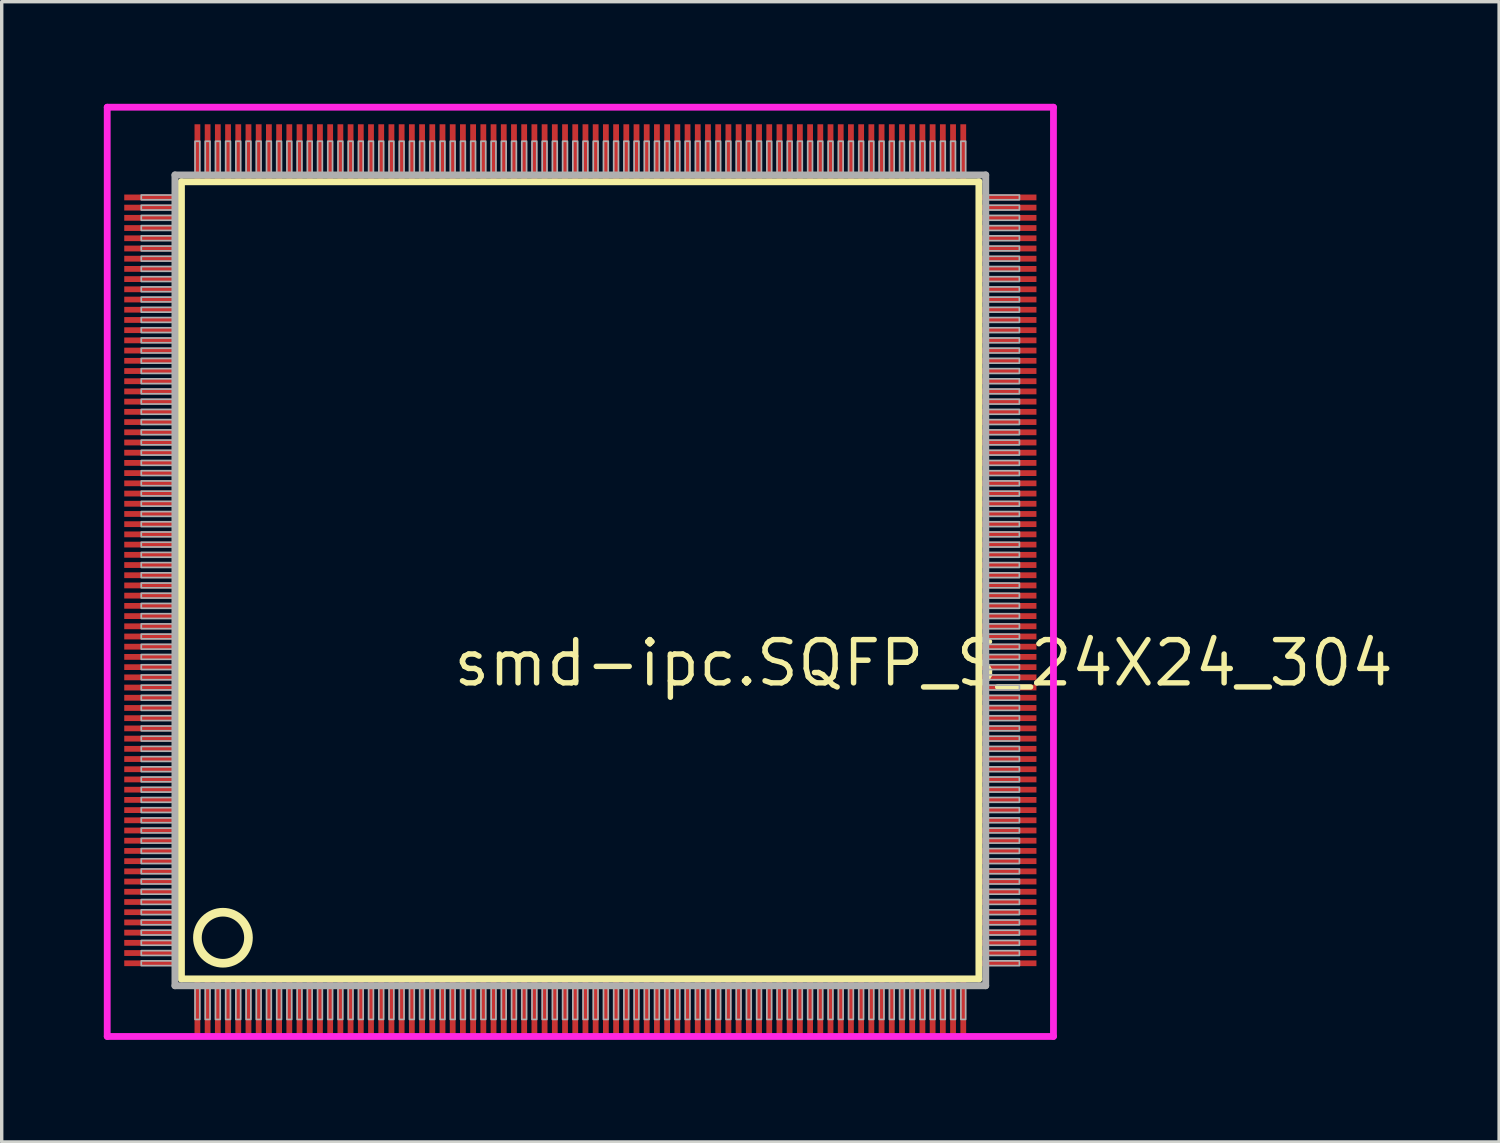
<source format=kicad_pcb>
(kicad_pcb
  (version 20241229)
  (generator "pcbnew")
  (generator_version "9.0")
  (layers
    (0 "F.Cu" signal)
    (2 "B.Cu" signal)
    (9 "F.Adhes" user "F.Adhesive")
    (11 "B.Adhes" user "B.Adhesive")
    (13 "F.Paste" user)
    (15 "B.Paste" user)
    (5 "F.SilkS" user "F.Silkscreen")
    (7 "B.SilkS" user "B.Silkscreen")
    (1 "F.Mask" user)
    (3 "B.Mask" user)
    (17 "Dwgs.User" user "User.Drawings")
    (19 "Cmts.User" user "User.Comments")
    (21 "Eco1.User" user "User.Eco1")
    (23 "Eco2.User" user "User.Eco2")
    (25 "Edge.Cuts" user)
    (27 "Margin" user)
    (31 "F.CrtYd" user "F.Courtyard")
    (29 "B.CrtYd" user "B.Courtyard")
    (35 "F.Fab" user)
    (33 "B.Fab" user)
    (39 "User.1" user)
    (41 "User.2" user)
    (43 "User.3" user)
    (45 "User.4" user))
  (footprint "smd-ipc.SQFP_S_24X24_304"
    (layer "F.Cu")
    (at 14 14)
    (property "Reference" "smd-ipc.SQFP_S_24X24_304" (at -3.81 3.175 0) (layer "F.SilkS") (effects (font (size 1.27 1.27) (thickness 0.16)) (justify left bottom)))
    (attr smd)
    (fp_line (start -11.72 -11.71) (end 11.71 -11.71) (stroke (width 0.203) (type default)) (layer "F.SilkS"))
    (fp_line (start -11.72 11.71) (end -11.72 -11.71) (stroke (width 0.203) (type default)) (layer "F.SilkS"))
    (fp_line (start 11.71 11.71) (end -11.72 11.71) (stroke (width 0.203) (type default)) (layer "F.SilkS"))
    (fp_line (start 11.71 -11.71) (end 11.71 11.71) (stroke (width 0.203) (type default)) (layer "F.SilkS"))
    (fp_circle (center -10.5 10.5) (end -9.75 10.5) (stroke (width 0.254) (type default)) (fill no) (layer "F.SilkS"))
    (fp_line (start -13.9 -13.9) (end 13.9 -13.9) (stroke (width 0.2) (type default)) (layer "F.CrtYd"))
    (fp_line (start -13.9 13.4) (end -13.9 -13.9) (stroke (width 0.2) (type default)) (layer "F.CrtYd"))
    (fp_line (start 13.9 -13.9) (end 13.9 13.4) (stroke (width 0.2) (type default)) (layer "F.CrtYd"))
    (fp_line (start 13.9 13.4) (end -13.9 13.4) (stroke (width 0.2) (type default)) (layer "F.CrtYd"))
    (fp_line (start -11.91 -11.91) (end -11.91 11.91) (stroke (width 0.203) (type default)) (layer "F.Fab"))
    (fp_line (start -11.91 11.91) (end 11.91 11.91) (stroke (width 0.203) (type default)) (layer "F.Fab"))
    (fp_line (start 11.91 -11.91) (end -11.91 -11.91) (stroke (width 0.203) (type default)) (layer "F.Fab"))
    (fp_line (start 11.91 11.91) (end 11.91 -11.91) (stroke (width 0.203) (type default)) (layer "F.Fab"))
    (fp_rect (start -12.9 -11.18) (end -11.95 -11.32) (stroke (width 0.05) (type default)) (fill no) (layer "F.Fab"))
    (fp_rect (start -12.9 -10.88) (end -11.95 -11.02) (stroke (width 0.05) (type default)) (fill no) (layer "F.Fab"))
    (fp_rect (start -12.9 -10.58) (end -11.95 -10.72) (stroke (width 0.05) (type default)) (fill no) (layer "F.Fab"))
    (fp_rect (start -12.9 -10.28) (end -11.95 -10.42) (stroke (width 0.05) (type default)) (fill no) (layer "F.Fab"))
    (fp_rect (start -12.9 -9.98) (end -11.95 -10.12) (stroke (width 0.05) (type default)) (fill no) (layer "F.Fab"))
    (fp_rect (start -12.9 -9.68) (end -11.95 -9.82) (stroke (width 0.05) (type default)) (fill no) (layer "F.Fab"))
    (fp_rect (start -12.9 -9.38) (end -11.95 -9.52) (stroke (width 0.05) (type default)) (fill no) (layer "F.Fab"))
    (fp_rect (start -12.9 -9.08) (end -11.95 -9.22) (stroke (width 0.05) (type default)) (fill no) (layer "F.Fab"))
    (fp_rect (start -12.9 -8.78) (end -11.95 -8.92) (stroke (width 0.05) (type default)) (fill no) (layer "F.Fab"))
    (fp_rect (start -12.9 -8.48) (end -11.95 -8.62) (stroke (width 0.05) (type default)) (fill no) (layer "F.Fab"))
    (fp_rect (start -12.9 -8.18) (end -11.95 -8.32) (stroke (width 0.05) (type default)) (fill no) (layer "F.Fab"))
    (fp_rect (start -12.9 -7.88) (end -11.95 -8.02) (stroke (width 0.05) (type default)) (fill no) (layer "F.Fab"))
    (fp_rect (start -12.9 -7.58) (end -11.95 -7.72) (stroke (width 0.05) (type default)) (fill no) (layer "F.Fab"))
    (fp_rect (start -12.9 -7.28) (end -11.95 -7.42) (stroke (width 0.05) (type default)) (fill no) (layer "F.Fab"))
    (fp_rect (start -12.9 -6.98) (end -11.95 -7.12) (stroke (width 0.05) (type default)) (fill no) (layer "F.Fab"))
    (fp_rect (start -12.9 -6.68) (end -11.95 -6.82) (stroke (width 0.05) (type default)) (fill no) (layer "F.Fab"))
    (fp_rect (start -12.9 -6.38) (end -11.95 -6.52) (stroke (width 0.05) (type default)) (fill no) (layer "F.Fab"))
    (fp_rect (start -12.9 -6.08) (end -11.95 -6.22) (stroke (width 0.05) (type default)) (fill no) (layer "F.Fab"))
    (fp_rect (start -12.9 -5.78) (end -11.95 -5.92) (stroke (width 0.05) (type default)) (fill no) (layer "F.Fab"))
    (fp_rect (start -12.9 -5.48) (end -11.95 -5.62) (stroke (width 0.05) (type default)) (fill no) (layer "F.Fab"))
    (fp_rect (start -12.9 -5.18) (end -11.95 -5.32) (stroke (width 0.05) (type default)) (fill no) (layer "F.Fab"))
    (fp_rect (start -12.9 -4.88) (end -11.95 -5.02) (stroke (width 0.05) (type default)) (fill no) (layer "F.Fab"))
    (fp_rect (start -12.9 -4.58) (end -11.95 -4.72) (stroke (width 0.05) (type default)) (fill no) (layer "F.Fab"))
    (fp_rect (start -12.9 -4.28) (end -11.95 -4.42) (stroke (width 0.05) (type default)) (fill no) (layer "F.Fab"))
    (fp_rect (start -12.9 -3.98) (end -11.95 -4.12) (stroke (width 0.05) (type default)) (fill no) (layer "F.Fab"))
    (fp_rect (start -12.9 -3.68) (end -11.95 -3.82) (stroke (width 0.05) (type default)) (fill no) (layer "F.Fab"))
    (fp_rect (start -12.9 -3.38) (end -11.95 -3.52) (stroke (width 0.05) (type default)) (fill no) (layer "F.Fab"))
    (fp_rect (start -12.9 -3.08) (end -11.95 -3.22) (stroke (width 0.05) (type default)) (fill no) (layer "F.Fab"))
    (fp_rect (start -12.9 -2.78) (end -11.95 -2.92) (stroke (width 0.05) (type default)) (fill no) (layer "F.Fab"))
    (fp_rect (start -12.9 -2.48) (end -11.95 -2.62) (stroke (width 0.05) (type default)) (fill no) (layer "F.Fab"))
    (fp_rect (start -12.9 -2.18) (end -11.95 -2.32) (stroke (width 0.05) (type default)) (fill no) (layer "F.Fab"))
    (fp_rect (start -12.9 -1.88) (end -11.95 -2.02) (stroke (width 0.05) (type default)) (fill no) (layer "F.Fab"))
    (fp_rect (start -12.9 -1.58) (end -11.95 -1.72) (stroke (width 0.05) (type default)) (fill no) (layer "F.Fab"))
    (fp_rect (start -12.9 -1.28) (end -11.95 -1.42) (stroke (width 0.05) (type default)) (fill no) (layer "F.Fab"))
    (fp_rect (start -12.9 -0.98) (end -11.95 -1.12) (stroke (width 0.05) (type default)) (fill no) (layer "F.Fab"))
    (fp_rect (start -12.9 -0.68) (end -11.95 -0.82) (stroke (width 0.05) (type default)) (fill no) (layer "F.Fab"))
    (fp_rect (start -12.9 -0.38) (end -11.95 -0.52) (stroke (width 0.05) (type default)) (fill no) (layer "F.Fab"))
    (fp_rect (start -12.9 -0.08) (end -11.95 -0.22) (stroke (width 0.05) (type default)) (fill no) (layer "F.Fab"))
    (fp_rect (start -12.9 0.22) (end -11.95 0.08) (stroke (width 0.05) (type default)) (fill no) (layer "F.Fab"))
    (fp_rect (start -12.9 0.52) (end -11.95 0.38) (stroke (width 0.05) (type default)) (fill no) (layer "F.Fab"))
    (fp_rect (start -12.9 0.82) (end -11.95 0.68) (stroke (width 0.05) (type default)) (fill no) (layer "F.Fab"))
    (fp_rect (start -12.9 1.12) (end -11.95 0.98) (stroke (width 0.05) (type default)) (fill no) (layer "F.Fab"))
    (fp_rect (start -12.9 1.42) (end -11.95 1.28) (stroke (width 0.05) (type default)) (fill no) (layer "F.Fab"))
    (fp_rect (start -12.9 1.72) (end -11.95 1.58) (stroke (width 0.05) (type default)) (fill no) (layer "F.Fab"))
    (fp_rect (start -12.9 2.02) (end -11.95 1.88) (stroke (width 0.05) (type default)) (fill no) (layer "F.Fab"))
    (fp_rect (start -12.9 2.32) (end -11.95 2.18) (stroke (width 0.05) (type default)) (fill no) (layer "F.Fab"))
    (fp_rect (start -12.9 2.62) (end -11.95 2.48) (stroke (width 0.05) (type default)) (fill no) (layer "F.Fab"))
    (fp_rect (start -12.9 2.92) (end -11.95 2.78) (stroke (width 0.05) (type default)) (fill no) (layer "F.Fab"))
    (fp_rect (start -12.9 3.22) (end -11.95 3.08) (stroke (width 0.05) (type default)) (fill no) (layer "F.Fab"))
    (fp_rect (start -12.9 3.52) (end -11.95 3.38) (stroke (width 0.05) (type default)) (fill no) (layer "F.Fab"))
    (fp_rect (start -12.9 3.82) (end -11.95 3.68) (stroke (width 0.05) (type default)) (fill no) (layer "F.Fab"))
    (fp_rect (start -12.9 4.12) (end -11.95 3.98) (stroke (width 0.05) (type default)) (fill no) (layer "F.Fab"))
    (fp_rect (start -12.9 4.42) (end -11.95 4.28) (stroke (width 0.05) (type default)) (fill no) (layer "F.Fab"))
    (fp_rect (start -12.9 4.72) (end -11.95 4.58) (stroke (width 0.05) (type default)) (fill no) (layer "F.Fab"))
    (fp_rect (start -12.9 5.02) (end -11.95 4.88) (stroke (width 0.05) (type default)) (fill no) (layer "F.Fab"))
    (fp_rect (start -12.9 5.32) (end -11.95 5.18) (stroke (width 0.05) (type default)) (fill no) (layer "F.Fab"))
    (fp_rect (start -12.9 5.62) (end -11.95 5.48) (stroke (width 0.05) (type default)) (fill no) (layer "F.Fab"))
    (fp_rect (start -12.9 5.92) (end -11.95 5.78) (stroke (width 0.05) (type default)) (fill no) (layer "F.Fab"))
    (fp_rect (start -12.9 6.22) (end -11.95 6.08) (stroke (width 0.05) (type default)) (fill no) (layer "F.Fab"))
    (fp_rect (start -12.9 6.52) (end -11.95 6.38) (stroke (width 0.05) (type default)) (fill no) (layer "F.Fab"))
    (fp_rect (start -12.9 6.82) (end -11.95 6.68) (stroke (width 0.05) (type default)) (fill no) (layer "F.Fab"))
    (fp_rect (start -12.9 7.12) (end -11.95 6.98) (stroke (width 0.05) (type default)) (fill no) (layer "F.Fab"))
    (fp_rect (start -12.9 7.42) (end -11.95 7.28) (stroke (width 0.05) (type default)) (fill no) (layer "F.Fab"))
    (fp_rect (start -12.9 7.72) (end -11.95 7.58) (stroke (width 0.05) (type default)) (fill no) (layer "F.Fab"))
    (fp_rect (start -12.9 8.02) (end -11.95 7.88) (stroke (width 0.05) (type default)) (fill no) (layer "F.Fab"))
    (fp_rect (start -12.9 8.32) (end -11.95 8.18) (stroke (width 0.05) (type default)) (fill no) (layer "F.Fab"))
    (fp_rect (start -12.9 8.62) (end -11.95 8.48) (stroke (width 0.05) (type default)) (fill no) (layer "F.Fab"))
    (fp_rect (start -12.9 8.92) (end -11.95 8.78) (stroke (width 0.05) (type default)) (fill no) (layer "F.Fab"))
    (fp_rect (start -12.9 9.22) (end -11.95 9.08) (stroke (width 0.05) (type default)) (fill no) (layer "F.Fab"))
    (fp_rect (start -12.9 9.52) (end -11.95 9.38) (stroke (width 0.05) (type default)) (fill no) (layer "F.Fab"))
    (fp_rect (start -12.9 9.82) (end -11.95 9.68) (stroke (width 0.05) (type default)) (fill no) (layer "F.Fab"))
    (fp_rect (start -12.9 10.12) (end -11.95 9.98) (stroke (width 0.05) (type default)) (fill no) (layer "F.Fab"))
    (fp_rect (start -12.9 10.42) (end -11.95 10.28) (stroke (width 0.05) (type default)) (fill no) (layer "F.Fab"))
    (fp_rect (start -12.9 10.72) (end -11.95 10.58) (stroke (width 0.05) (type default)) (fill no) (layer "F.Fab"))
    (fp_rect (start -12.9 11.02) (end -11.95 10.88) (stroke (width 0.05) (type default)) (fill no) (layer "F.Fab"))
    (fp_rect (start -12.9 11.32) (end -11.95 11.18) (stroke (width 0.05) (type default)) (fill no) (layer "F.Fab"))
    (fp_rect (start -11.32 -11.95) (end -11.18 -12.9) (stroke (width 0.05) (type default)) (fill no) (layer "F.Fab"))
    (fp_rect (start -11.32 12.9) (end -11.18 11.95) (stroke (width 0.05) (type default)) (fill no) (layer "F.Fab"))
    (fp_rect (start -11.02 -11.95) (end -10.88 -12.9) (stroke (width 0.05) (type default)) (fill no) (layer "F.Fab"))
    (fp_rect (start -11.02 12.9) (end -10.88 11.95) (stroke (width 0.05) (type default)) (fill no) (layer "F.Fab"))
    (fp_rect (start -10.72 -11.95) (end -10.58 -12.9) (stroke (width 0.05) (type default)) (fill no) (layer "F.Fab"))
    (fp_rect (start -10.72 12.9) (end -10.58 11.95) (stroke (width 0.05) (type default)) (fill no) (layer "F.Fab"))
    (fp_rect (start -10.42 -11.95) (end -10.28 -12.9) (stroke (width 0.05) (type default)) (fill no) (layer "F.Fab"))
    (fp_rect (start -10.42 12.9) (end -10.28 11.95) (stroke (width 0.05) (type default)) (fill no) (layer "F.Fab"))
    (fp_rect (start -10.12 -11.95) (end -9.98 -12.9) (stroke (width 0.05) (type default)) (fill no) (layer "F.Fab"))
    (fp_rect (start -10.12 12.9) (end -9.98 11.95) (stroke (width 0.05) (type default)) (fill no) (layer "F.Fab"))
    (fp_rect (start -9.82 -11.95) (end -9.68 -12.9) (stroke (width 0.05) (type default)) (fill no) (layer "F.Fab"))
    (fp_rect (start -9.82 12.9) (end -9.68 11.95) (stroke (width 0.05) (type default)) (fill no) (layer "F.Fab"))
    (fp_rect (start -9.52 -11.95) (end -9.38 -12.9) (stroke (width 0.05) (type default)) (fill no) (layer "F.Fab"))
    (fp_rect (start -9.52 12.9) (end -9.38 11.95) (stroke (width 0.05) (type default)) (fill no) (layer "F.Fab"))
    (fp_rect (start -9.22 -11.95) (end -9.08 -12.9) (stroke (width 0.05) (type default)) (fill no) (layer "F.Fab"))
    (fp_rect (start -9.22 12.9) (end -9.08 11.95) (stroke (width 0.05) (type default)) (fill no) (layer "F.Fab"))
    (fp_rect (start -8.92 -11.95) (end -8.78 -12.9) (stroke (width 0.05) (type default)) (fill no) (layer "F.Fab"))
    (fp_rect (start -8.92 12.9) (end -8.78 11.95) (stroke (width 0.05) (type default)) (fill no) (layer "F.Fab"))
    (fp_rect (start -8.62 -11.95) (end -8.48 -12.9) (stroke (width 0.05) (type default)) (fill no) (layer "F.Fab"))
    (fp_rect (start -8.62 12.9) (end -8.48 11.95) (stroke (width 0.05) (type default)) (fill no) (layer "F.Fab"))
    (fp_rect (start -8.32 -11.95) (end -8.18 -12.9) (stroke (width 0.05) (type default)) (fill no) (layer "F.Fab"))
    (fp_rect (start -8.32 12.9) (end -8.18 11.95) (stroke (width 0.05) (type default)) (fill no) (layer "F.Fab"))
    (fp_rect (start -8.02 -11.95) (end -7.88 -12.9) (stroke (width 0.05) (type default)) (fill no) (layer "F.Fab"))
    (fp_rect (start -8.02 12.9) (end -7.88 11.95) (stroke (width 0.05) (type default)) (fill no) (layer "F.Fab"))
    (fp_rect (start -7.72 -11.95) (end -7.58 -12.9) (stroke (width 0.05) (type default)) (fill no) (layer "F.Fab"))
    (fp_rect (start -7.72 12.9) (end -7.58 11.95) (stroke (width 0.05) (type default)) (fill no) (layer "F.Fab"))
    (fp_rect (start -7.42 -11.95) (end -7.28 -12.9) (stroke (width 0.05) (type default)) (fill no) (layer "F.Fab"))
    (fp_rect (start -7.42 12.9) (end -7.28 11.95) (stroke (width 0.05) (type default)) (fill no) (layer "F.Fab"))
    (fp_rect (start -7.12 -11.95) (end -6.98 -12.9) (stroke (width 0.05) (type default)) (fill no) (layer "F.Fab"))
    (fp_rect (start -7.12 12.9) (end -6.98 11.95) (stroke (width 0.05) (type default)) (fill no) (layer "F.Fab"))
    (fp_rect (start -6.82 -11.95) (end -6.68 -12.9) (stroke (width 0.05) (type default)) (fill no) (layer "F.Fab"))
    (fp_rect (start -6.82 12.9) (end -6.68 11.95) (stroke (width 0.05) (type default)) (fill no) (layer "F.Fab"))
    (fp_rect (start -6.52 -11.95) (end -6.38 -12.9) (stroke (width 0.05) (type default)) (fill no) (layer "F.Fab"))
    (fp_rect (start -6.52 12.9) (end -6.38 11.95) (stroke (width 0.05) (type default)) (fill no) (layer "F.Fab"))
    (fp_rect (start -6.22 -11.95) (end -6.08 -12.9) (stroke (width 0.05) (type default)) (fill no) (layer "F.Fab"))
    (fp_rect (start -6.22 12.9) (end -6.08 11.95) (stroke (width 0.05) (type default)) (fill no) (layer "F.Fab"))
    (fp_rect (start -5.92 -11.95) (end -5.78 -12.9) (stroke (width 0.05) (type default)) (fill no) (layer "F.Fab"))
    (fp_rect (start -5.92 12.9) (end -5.78 11.95) (stroke (width 0.05) (type default)) (fill no) (layer "F.Fab"))
    (fp_rect (start -5.62 -11.95) (end -5.48 -12.9) (stroke (width 0.05) (type default)) (fill no) (layer "F.Fab"))
    (fp_rect (start -5.62 12.9) (end -5.48 11.95) (stroke (width 0.05) (type default)) (fill no) (layer "F.Fab"))
    (fp_rect (start -5.32 -11.95) (end -5.18 -12.9) (stroke (width 0.05) (type default)) (fill no) (layer "F.Fab"))
    (fp_rect (start -5.32 12.9) (end -5.18 11.95) (stroke (width 0.05) (type default)) (fill no) (layer "F.Fab"))
    (fp_rect (start -5.02 -11.95) (end -4.88 -12.9) (stroke (width 0.05) (type default)) (fill no) (layer "F.Fab"))
    (fp_rect (start -5.02 12.9) (end -4.88 11.95) (stroke (width 0.05) (type default)) (fill no) (layer "F.Fab"))
    (fp_rect (start -4.72 -11.95) (end -4.58 -12.9) (stroke (width 0.05) (type default)) (fill no) (layer "F.Fab"))
    (fp_rect (start -4.72 12.9) (end -4.58 11.95) (stroke (width 0.05) (type default)) (fill no) (layer "F.Fab"))
    (fp_rect (start -4.42 -11.95) (end -4.28 -12.9) (stroke (width 0.05) (type default)) (fill no) (layer "F.Fab"))
    (fp_rect (start -4.42 12.9) (end -4.28 11.95) (stroke (width 0.05) (type default)) (fill no) (layer "F.Fab"))
    (fp_rect (start -4.12 -11.95) (end -3.98 -12.9) (stroke (width 0.05) (type default)) (fill no) (layer "F.Fab"))
    (fp_rect (start -4.12 12.9) (end -3.98 11.95) (stroke (width 0.05) (type default)) (fill no) (layer "F.Fab"))
    (fp_rect (start -3.82 -11.95) (end -3.68 -12.9) (stroke (width 0.05) (type default)) (fill no) (layer "F.Fab"))
    (fp_rect (start -3.82 12.9) (end -3.68 11.95) (stroke (width 0.05) (type default)) (fill no) (layer "F.Fab"))
    (fp_rect (start -3.52 -11.95) (end -3.38 -12.9) (stroke (width 0.05) (type default)) (fill no) (layer "F.Fab"))
    (fp_rect (start -3.52 12.9) (end -3.38 11.95) (stroke (width 0.05) (type default)) (fill no) (layer "F.Fab"))
    (fp_rect (start -3.22 -11.95) (end -3.08 -12.9) (stroke (width 0.05) (type default)) (fill no) (layer "F.Fab"))
    (fp_rect (start -3.22 12.9) (end -3.08 11.95) (stroke (width 0.05) (type default)) (fill no) (layer "F.Fab"))
    (fp_rect (start -2.92 -11.95) (end -2.78 -12.9) (stroke (width 0.05) (type default)) (fill no) (layer "F.Fab"))
    (fp_rect (start -2.92 12.9) (end -2.78 11.95) (stroke (width 0.05) (type default)) (fill no) (layer "F.Fab"))
    (fp_rect (start -2.62 -11.95) (end -2.48 -12.9) (stroke (width 0.05) (type default)) (fill no) (layer "F.Fab"))
    (fp_rect (start -2.62 12.9) (end -2.48 11.95) (stroke (width 0.05) (type default)) (fill no) (layer "F.Fab"))
    (fp_rect (start -2.32 -11.95) (end -2.18 -12.9) (stroke (width 0.05) (type default)) (fill no) (layer "F.Fab"))
    (fp_rect (start -2.32 12.9) (end -2.18 11.95) (stroke (width 0.05) (type default)) (fill no) (layer "F.Fab"))
    (fp_rect (start -2.02 -11.95) (end -1.88 -12.9) (stroke (width 0.05) (type default)) (fill no) (layer "F.Fab"))
    (fp_rect (start -2.02 12.9) (end -1.88 11.95) (stroke (width 0.05) (type default)) (fill no) (layer "F.Fab"))
    (fp_rect (start -1.72 -11.95) (end -1.58 -12.9) (stroke (width 0.05) (type default)) (fill no) (layer "F.Fab"))
    (fp_rect (start -1.72 12.9) (end -1.58 11.95) (stroke (width 0.05) (type default)) (fill no) (layer "F.Fab"))
    (fp_rect (start -1.42 -11.95) (end -1.28 -12.9) (stroke (width 0.05) (type default)) (fill no) (layer "F.Fab"))
    (fp_rect (start -1.42 12.9) (end -1.28 11.95) (stroke (width 0.05) (type default)) (fill no) (layer "F.Fab"))
    (fp_rect (start -1.12 -11.95) (end -0.98 -12.9) (stroke (width 0.05) (type default)) (fill no) (layer "F.Fab"))
    (fp_rect (start -1.12 12.9) (end -0.98 11.95) (stroke (width 0.05) (type default)) (fill no) (layer "F.Fab"))
    (fp_rect (start -0.82 -11.95) (end -0.68 -12.9) (stroke (width 0.05) (type default)) (fill no) (layer "F.Fab"))
    (fp_rect (start -0.82 12.9) (end -0.68 11.95) (stroke (width 0.05) (type default)) (fill no) (layer "F.Fab"))
    (fp_rect (start -0.52 -11.95) (end -0.38 -12.9) (stroke (width 0.05) (type default)) (fill no) (layer "F.Fab"))
    (fp_rect (start -0.52 12.9) (end -0.38 11.95) (stroke (width 0.05) (type default)) (fill no) (layer "F.Fab"))
    (fp_rect (start -0.22 -11.95) (end -0.08 -12.9) (stroke (width 0.05) (type default)) (fill no) (layer "F.Fab"))
    (fp_rect (start -0.22 12.9) (end -0.08 11.95) (stroke (width 0.05) (type default)) (fill no) (layer "F.Fab"))
    (fp_rect (start 0.08 -11.95) (end 0.22 -12.9) (stroke (width 0.05) (type default)) (fill no) (layer "F.Fab"))
    (fp_rect (start 0.08 12.9) (end 0.22 11.95) (stroke (width 0.05) (type default)) (fill no) (layer "F.Fab"))
    (fp_rect (start 0.38 -11.95) (end 0.52 -12.9) (stroke (width 0.05) (type default)) (fill no) (layer "F.Fab"))
    (fp_rect (start 0.38 12.9) (end 0.52 11.95) (stroke (width 0.05) (type default)) (fill no) (layer "F.Fab"))
    (fp_rect (start 0.68 -11.95) (end 0.82 -12.9) (stroke (width 0.05) (type default)) (fill no) (layer "F.Fab"))
    (fp_rect (start 0.68 12.9) (end 0.82 11.95) (stroke (width 0.05) (type default)) (fill no) (layer "F.Fab"))
    (fp_rect (start 0.98 -11.95) (end 1.12 -12.9) (stroke (width 0.05) (type default)) (fill no) (layer "F.Fab"))
    (fp_rect (start 0.98 12.9) (end 1.12 11.95) (stroke (width 0.05) (type default)) (fill no) (layer "F.Fab"))
    (fp_rect (start 1.28 -11.95) (end 1.42 -12.9) (stroke (width 0.05) (type default)) (fill no) (layer "F.Fab"))
    (fp_rect (start 1.28 12.9) (end 1.42 11.95) (stroke (width 0.05) (type default)) (fill no) (layer "F.Fab"))
    (fp_rect (start 1.58 -11.95) (end 1.72 -12.9) (stroke (width 0.05) (type default)) (fill no) (layer "F.Fab"))
    (fp_rect (start 1.58 12.9) (end 1.72 11.95) (stroke (width 0.05) (type default)) (fill no) (layer "F.Fab"))
    (fp_rect (start 1.88 -11.95) (end 2.02 -12.9) (stroke (width 0.05) (type default)) (fill no) (layer "F.Fab"))
    (fp_rect (start 1.88 12.9) (end 2.02 11.95) (stroke (width 0.05) (type default)) (fill no) (layer "F.Fab"))
    (fp_rect (start 2.18 -11.95) (end 2.32 -12.9) (stroke (width 0.05) (type default)) (fill no) (layer "F.Fab"))
    (fp_rect (start 2.18 12.9) (end 2.32 11.95) (stroke (width 0.05) (type default)) (fill no) (layer "F.Fab"))
    (fp_rect (start 2.48 -11.95) (end 2.62 -12.9) (stroke (width 0.05) (type default)) (fill no) (layer "F.Fab"))
    (fp_rect (start 2.48 12.9) (end 2.62 11.95) (stroke (width 0.05) (type default)) (fill no) (layer "F.Fab"))
    (fp_rect (start 2.78 -11.95) (end 2.92 -12.9) (stroke (width 0.05) (type default)) (fill no) (layer "F.Fab"))
    (fp_rect (start 2.78 12.9) (end 2.92 11.95) (stroke (width 0.05) (type default)) (fill no) (layer "F.Fab"))
    (fp_rect (start 3.08 -11.95) (end 3.22 -12.9) (stroke (width 0.05) (type default)) (fill no) (layer "F.Fab"))
    (fp_rect (start 3.08 12.9) (end 3.22 11.95) (stroke (width 0.05) (type default)) (fill no) (layer "F.Fab"))
    (fp_rect (start 3.38 -11.95) (end 3.52 -12.9) (stroke (width 0.05) (type default)) (fill no) (layer "F.Fab"))
    (fp_rect (start 3.38 12.9) (end 3.52 11.95) (stroke (width 0.05) (type default)) (fill no) (layer "F.Fab"))
    (fp_rect (start 3.68 -11.95) (end 3.82 -12.9) (stroke (width 0.05) (type default)) (fill no) (layer "F.Fab"))
    (fp_rect (start 3.68 12.9) (end 3.82 11.95) (stroke (width 0.05) (type default)) (fill no) (layer "F.Fab"))
    (fp_rect (start 3.98 -11.95) (end 4.12 -12.9) (stroke (width 0.05) (type default)) (fill no) (layer "F.Fab"))
    (fp_rect (start 3.98 12.9) (end 4.12 11.95) (stroke (width 0.05) (type default)) (fill no) (layer "F.Fab"))
    (fp_rect (start 4.28 -11.95) (end 4.42 -12.9) (stroke (width 0.05) (type default)) (fill no) (layer "F.Fab"))
    (fp_rect (start 4.28 12.9) (end 4.42 11.95) (stroke (width 0.05) (type default)) (fill no) (layer "F.Fab"))
    (fp_rect (start 4.58 -11.95) (end 4.72 -12.9) (stroke (width 0.05) (type default)) (fill no) (layer "F.Fab"))
    (fp_rect (start 4.58 12.9) (end 4.72 11.95) (stroke (width 0.05) (type default)) (fill no) (layer "F.Fab"))
    (fp_rect (start 4.88 -11.95) (end 5.02 -12.9) (stroke (width 0.05) (type default)) (fill no) (layer "F.Fab"))
    (fp_rect (start 4.88 12.9) (end 5.02 11.95) (stroke (width 0.05) (type default)) (fill no) (layer "F.Fab"))
    (fp_rect (start 5.18 -11.95) (end 5.32 -12.9) (stroke (width 0.05) (type default)) (fill no) (layer "F.Fab"))
    (fp_rect (start 5.18 12.9) (end 5.32 11.95) (stroke (width 0.05) (type default)) (fill no) (layer "F.Fab"))
    (fp_rect (start 5.48 -11.95) (end 5.62 -12.9) (stroke (width 0.05) (type default)) (fill no) (layer "F.Fab"))
    (fp_rect (start 5.48 12.9) (end 5.62 11.95) (stroke (width 0.05) (type default)) (fill no) (layer "F.Fab"))
    (fp_rect (start 5.78 -11.95) (end 5.92 -12.9) (stroke (width 0.05) (type default)) (fill no) (layer "F.Fab"))
    (fp_rect (start 5.78 12.9) (end 5.92 11.95) (stroke (width 0.05) (type default)) (fill no) (layer "F.Fab"))
    (fp_rect (start 6.08 -11.95) (end 6.22 -12.9) (stroke (width 0.05) (type default)) (fill no) (layer "F.Fab"))
    (fp_rect (start 6.08 12.9) (end 6.22 11.95) (stroke (width 0.05) (type default)) (fill no) (layer "F.Fab"))
    (fp_rect (start 6.38 -11.95) (end 6.52 -12.9) (stroke (width 0.05) (type default)) (fill no) (layer "F.Fab"))
    (fp_rect (start 6.38 12.9) (end 6.52 11.95) (stroke (width 0.05) (type default)) (fill no) (layer "F.Fab"))
    (fp_rect (start 6.68 -11.95) (end 6.82 -12.9) (stroke (width 0.05) (type default)) (fill no) (layer "F.Fab"))
    (fp_rect (start 6.68 12.9) (end 6.82 11.95) (stroke (width 0.05) (type default)) (fill no) (layer "F.Fab"))
    (fp_rect (start 6.98 -11.95) (end 7.12 -12.9) (stroke (width 0.05) (type default)) (fill no) (layer "F.Fab"))
    (fp_rect (start 6.98 12.9) (end 7.12 11.95) (stroke (width 0.05) (type default)) (fill no) (layer "F.Fab"))
    (fp_rect (start 7.28 -11.95) (end 7.42 -12.9) (stroke (width 0.05) (type default)) (fill no) (layer "F.Fab"))
    (fp_rect (start 7.28 12.9) (end 7.42 11.95) (stroke (width 0.05) (type default)) (fill no) (layer "F.Fab"))
    (fp_rect (start 7.58 -11.95) (end 7.72 -12.9) (stroke (width 0.05) (type default)) (fill no) (layer "F.Fab"))
    (fp_rect (start 7.58 12.9) (end 7.72 11.95) (stroke (width 0.05) (type default)) (fill no) (layer "F.Fab"))
    (fp_rect (start 7.88 -11.95) (end 8.02 -12.9) (stroke (width 0.05) (type default)) (fill no) (layer "F.Fab"))
    (fp_rect (start 7.88 12.9) (end 8.02 11.95) (stroke (width 0.05) (type default)) (fill no) (layer "F.Fab"))
    (fp_rect (start 8.18 -11.95) (end 8.32 -12.9) (stroke (width 0.05) (type default)) (fill no) (layer "F.Fab"))
    (fp_rect (start 8.18 12.9) (end 8.32 11.95) (stroke (width 0.05) (type default)) (fill no) (layer "F.Fab"))
    (fp_rect (start 8.48 -11.95) (end 8.62 -12.9) (stroke (width 0.05) (type default)) (fill no) (layer "F.Fab"))
    (fp_rect (start 8.48 12.9) (end 8.62 11.95) (stroke (width 0.05) (type default)) (fill no) (layer "F.Fab"))
    (fp_rect (start 8.78 -11.95) (end 8.92 -12.9) (stroke (width 0.05) (type default)) (fill no) (layer "F.Fab"))
    (fp_rect (start 8.78 12.9) (end 8.92 11.95) (stroke (width 0.05) (type default)) (fill no) (layer "F.Fab"))
    (fp_rect (start 9.08 -11.95) (end 9.22 -12.9) (stroke (width 0.05) (type default)) (fill no) (layer "F.Fab"))
    (fp_rect (start 9.08 12.9) (end 9.22 11.95) (stroke (width 0.05) (type default)) (fill no) (layer "F.Fab"))
    (fp_rect (start 9.38 -11.95) (end 9.52 -12.9) (stroke (width 0.05) (type default)) (fill no) (layer "F.Fab"))
    (fp_rect (start 9.38 12.9) (end 9.52 11.95) (stroke (width 0.05) (type default)) (fill no) (layer "F.Fab"))
    (fp_rect (start 9.68 -11.95) (end 9.82 -12.9) (stroke (width 0.05) (type default)) (fill no) (layer "F.Fab"))
    (fp_rect (start 9.68 12.9) (end 9.82 11.95) (stroke (width 0.05) (type default)) (fill no) (layer "F.Fab"))
    (fp_rect (start 9.98 -11.95) (end 10.12 -12.9) (stroke (width 0.05) (type default)) (fill no) (layer "F.Fab"))
    (fp_rect (start 9.98 12.9) (end 10.12 11.95) (stroke (width 0.05) (type default)) (fill no) (layer "F.Fab"))
    (fp_rect (start 10.28 -11.95) (end 10.42 -12.9) (stroke (width 0.05) (type default)) (fill no) (layer "F.Fab"))
    (fp_rect (start 10.28 12.9) (end 10.42 11.95) (stroke (width 0.05) (type default)) (fill no) (layer "F.Fab"))
    (fp_rect (start 10.58 -11.95) (end 10.72 -12.9) (stroke (width 0.05) (type default)) (fill no) (layer "F.Fab"))
    (fp_rect (start 10.58 12.9) (end 10.72 11.95) (stroke (width 0.05) (type default)) (fill no) (layer "F.Fab"))
    (fp_rect (start 10.88 -11.95) (end 11.02 -12.9) (stroke (width 0.05) (type default)) (fill no) (layer "F.Fab"))
    (fp_rect (start 10.88 12.9) (end 11.02 11.95) (stroke (width 0.05) (type default)) (fill no) (layer "F.Fab"))
    (fp_rect (start 11.18 -11.95) (end 11.32 -12.9) (stroke (width 0.05) (type default)) (fill no) (layer "F.Fab"))
    (fp_rect (start 11.18 12.9) (end 11.32 11.95) (stroke (width 0.05) (type default)) (fill no) (layer "F.Fab"))
    (fp_rect (start 11.95 -11.18) (end 12.9 -11.32) (stroke (width 0.05) (type default)) (fill no) (layer "F.Fab"))
    (fp_rect (start 11.95 -10.88) (end 12.9 -11.02) (stroke (width 0.05) (type default)) (fill no) (layer "F.Fab"))
    (fp_rect (start 11.95 -10.58) (end 12.9 -10.72) (stroke (width 0.05) (type default)) (fill no) (layer "F.Fab"))
    (fp_rect (start 11.95 -10.28) (end 12.9 -10.42) (stroke (width 0.05) (type default)) (fill no) (layer "F.Fab"))
    (fp_rect (start 11.95 -9.98) (end 12.9 -10.12) (stroke (width 0.05) (type default)) (fill no) (layer "F.Fab"))
    (fp_rect (start 11.95 -9.68) (end 12.9 -9.82) (stroke (width 0.05) (type default)) (fill no) (layer "F.Fab"))
    (fp_rect (start 11.95 -9.38) (end 12.9 -9.52) (stroke (width 0.05) (type default)) (fill no) (layer "F.Fab"))
    (fp_rect (start 11.95 -9.08) (end 12.9 -9.22) (stroke (width 0.05) (type default)) (fill no) (layer "F.Fab"))
    (fp_rect (start 11.95 -8.78) (end 12.9 -8.92) (stroke (width 0.05) (type default)) (fill no) (layer "F.Fab"))
    (fp_rect (start 11.95 -8.48) (end 12.9 -8.62) (stroke (width 0.05) (type default)) (fill no) (layer "F.Fab"))
    (fp_rect (start 11.95 -8.18) (end 12.9 -8.32) (stroke (width 0.05) (type default)) (fill no) (layer "F.Fab"))
    (fp_rect (start 11.95 -7.88) (end 12.9 -8.02) (stroke (width 0.05) (type default)) (fill no) (layer "F.Fab"))
    (fp_rect (start 11.95 -7.58) (end 12.9 -7.72) (stroke (width 0.05) (type default)) (fill no) (layer "F.Fab"))
    (fp_rect (start 11.95 -7.28) (end 12.9 -7.42) (stroke (width 0.05) (type default)) (fill no) (layer "F.Fab"))
    (fp_rect (start 11.95 -6.98) (end 12.9 -7.12) (stroke (width 0.05) (type default)) (fill no) (layer "F.Fab"))
    (fp_rect (start 11.95 -6.68) (end 12.9 -6.82) (stroke (width 0.05) (type default)) (fill no) (layer "F.Fab"))
    (fp_rect (start 11.95 -6.38) (end 12.9 -6.52) (stroke (width 0.05) (type default)) (fill no) (layer "F.Fab"))
    (fp_rect (start 11.95 -6.08) (end 12.9 -6.22) (stroke (width 0.05) (type default)) (fill no) (layer "F.Fab"))
    (fp_rect (start 11.95 -5.78) (end 12.9 -5.92) (stroke (width 0.05) (type default)) (fill no) (layer "F.Fab"))
    (fp_rect (start 11.95 -5.48) (end 12.9 -5.62) (stroke (width 0.05) (type default)) (fill no) (layer "F.Fab"))
    (fp_rect (start 11.95 -5.18) (end 12.9 -5.32) (stroke (width 0.05) (type default)) (fill no) (layer "F.Fab"))
    (fp_rect (start 11.95 -4.88) (end 12.9 -5.02) (stroke (width 0.05) (type default)) (fill no) (layer "F.Fab"))
    (fp_rect (start 11.95 -4.58) (end 12.9 -4.72) (stroke (width 0.05) (type default)) (fill no) (layer "F.Fab"))
    (fp_rect (start 11.95 -4.28) (end 12.9 -4.42) (stroke (width 0.05) (type default)) (fill no) (layer "F.Fab"))
    (fp_rect (start 11.95 -3.98) (end 12.9 -4.12) (stroke (width 0.05) (type default)) (fill no) (layer "F.Fab"))
    (fp_rect (start 11.95 -3.68) (end 12.9 -3.82) (stroke (width 0.05) (type default)) (fill no) (layer "F.Fab"))
    (fp_rect (start 11.95 -3.38) (end 12.9 -3.52) (stroke (width 0.05) (type default)) (fill no) (layer "F.Fab"))
    (fp_rect (start 11.95 -3.08) (end 12.9 -3.22) (stroke (width 0.05) (type default)) (fill no) (layer "F.Fab"))
    (fp_rect (start 11.95 -2.78) (end 12.9 -2.92) (stroke (width 0.05) (type default)) (fill no) (layer "F.Fab"))
    (fp_rect (start 11.95 -2.48) (end 12.9 -2.62) (stroke (width 0.05) (type default)) (fill no) (layer "F.Fab"))
    (fp_rect (start 11.95 -2.18) (end 12.9 -2.32) (stroke (width 0.05) (type default)) (fill no) (layer "F.Fab"))
    (fp_rect (start 11.95 -1.88) (end 12.9 -2.02) (stroke (width 0.05) (type default)) (fill no) (layer "F.Fab"))
    (fp_rect (start 11.95 -1.58) (end 12.9 -1.72) (stroke (width 0.05) (type default)) (fill no) (layer "F.Fab"))
    (fp_rect (start 11.95 -1.28) (end 12.9 -1.42) (stroke (width 0.05) (type default)) (fill no) (layer "F.Fab"))
    (fp_rect (start 11.95 -0.98) (end 12.9 -1.12) (stroke (width 0.05) (type default)) (fill no) (layer "F.Fab"))
    (fp_rect (start 11.95 -0.68) (end 12.9 -0.82) (stroke (width 0.05) (type default)) (fill no) (layer "F.Fab"))
    (fp_rect (start 11.95 -0.38) (end 12.9 -0.52) (stroke (width 0.05) (type default)) (fill no) (layer "F.Fab"))
    (fp_rect (start 11.95 -0.08) (end 12.9 -0.22) (stroke (width 0.05) (type default)) (fill no) (layer "F.Fab"))
    (fp_rect (start 11.95 0.22) (end 12.9 0.08) (stroke (width 0.05) (type default)) (fill no) (layer "F.Fab"))
    (fp_rect (start 11.95 0.52) (end 12.9 0.38) (stroke (width 0.05) (type default)) (fill no) (layer "F.Fab"))
    (fp_rect (start 11.95 0.82) (end 12.9 0.68) (stroke (width 0.05) (type default)) (fill no) (layer "F.Fab"))
    (fp_rect (start 11.95 1.12) (end 12.9 0.98) (stroke (width 0.05) (type default)) (fill no) (layer "F.Fab"))
    (fp_rect (start 11.95 1.42) (end 12.9 1.28) (stroke (width 0.05) (type default)) (fill no) (layer "F.Fab"))
    (fp_rect (start 11.95 1.72) (end 12.9 1.58) (stroke (width 0.05) (type default)) (fill no) (layer "F.Fab"))
    (fp_rect (start 11.95 2.02) (end 12.9 1.88) (stroke (width 0.05) (type default)) (fill no) (layer "F.Fab"))
    (fp_rect (start 11.95 2.32) (end 12.9 2.18) (stroke (width 0.05) (type default)) (fill no) (layer "F.Fab"))
    (fp_rect (start 11.95 2.62) (end 12.9 2.48) (stroke (width 0.05) (type default)) (fill no) (layer "F.Fab"))
    (fp_rect (start 11.95 2.92) (end 12.9 2.78) (stroke (width 0.05) (type default)) (fill no) (layer "F.Fab"))
    (fp_rect (start 11.95 3.22) (end 12.9 3.08) (stroke (width 0.05) (type default)) (fill no) (layer "F.Fab"))
    (fp_rect (start 11.95 3.52) (end 12.9 3.38) (stroke (width 0.05) (type default)) (fill no) (layer "F.Fab"))
    (fp_rect (start 11.95 3.82) (end 12.9 3.68) (stroke (width 0.05) (type default)) (fill no) (layer "F.Fab"))
    (fp_rect (start 11.95 4.12) (end 12.9 3.98) (stroke (width 0.05) (type default)) (fill no) (layer "F.Fab"))
    (fp_rect (start 11.95 4.42) (end 12.9 4.28) (stroke (width 0.05) (type default)) (fill no) (layer "F.Fab"))
    (fp_rect (start 11.95 4.72) (end 12.9 4.58) (stroke (width 0.05) (type default)) (fill no) (layer "F.Fab"))
    (fp_rect (start 11.95 5.02) (end 12.9 4.88) (stroke (width 0.05) (type default)) (fill no) (layer "F.Fab"))
    (fp_rect (start 11.95 5.32) (end 12.9 5.18) (stroke (width 0.05) (type default)) (fill no) (layer "F.Fab"))
    (fp_rect (start 11.95 5.62) (end 12.9 5.48) (stroke (width 0.05) (type default)) (fill no) (layer "F.Fab"))
    (fp_rect (start 11.95 5.92) (end 12.9 5.78) (stroke (width 0.05) (type default)) (fill no) (layer "F.Fab"))
    (fp_rect (start 11.95 6.22) (end 12.9 6.08) (stroke (width 0.05) (type default)) (fill no) (layer "F.Fab"))
    (fp_rect (start 11.95 6.52) (end 12.9 6.38) (stroke (width 0.05) (type default)) (fill no) (layer "F.Fab"))
    (fp_rect (start 11.95 6.82) (end 12.9 6.68) (stroke (width 0.05) (type default)) (fill no) (layer "F.Fab"))
    (fp_rect (start 11.95 7.12) (end 12.9 6.98) (stroke (width 0.05) (type default)) (fill no) (layer "F.Fab"))
    (fp_rect (start 11.95 7.42) (end 12.9 7.28) (stroke (width 0.05) (type default)) (fill no) (layer "F.Fab"))
    (fp_rect (start 11.95 7.72) (end 12.9 7.58) (stroke (width 0.05) (type default)) (fill no) (layer "F.Fab"))
    (fp_rect (start 11.95 8.02) (end 12.9 7.88) (stroke (width 0.05) (type default)) (fill no) (layer "F.Fab"))
    (fp_rect (start 11.95 8.32) (end 12.9 8.18) (stroke (width 0.05) (type default)) (fill no) (layer "F.Fab"))
    (fp_rect (start 11.95 8.62) (end 12.9 8.48) (stroke (width 0.05) (type default)) (fill no) (layer "F.Fab"))
    (fp_rect (start 11.95 8.92) (end 12.9 8.78) (stroke (width 0.05) (type default)) (fill no) (layer "F.Fab"))
    (fp_rect (start 11.95 9.22) (end 12.9 9.08) (stroke (width 0.05) (type default)) (fill no) (layer "F.Fab"))
    (fp_rect (start 11.95 9.52) (end 12.9 9.38) (stroke (width 0.05) (type default)) (fill no) (layer "F.Fab"))
    (fp_rect (start 11.95 9.82) (end 12.9 9.68) (stroke (width 0.05) (type default)) (fill no) (layer "F.Fab"))
    (fp_rect (start 11.95 10.12) (end 12.9 9.98) (stroke (width 0.05) (type default)) (fill no) (layer "F.Fab"))
    (fp_rect (start 11.95 10.42) (end 12.9 10.28) (stroke (width 0.05) (type default)) (fill no) (layer "F.Fab"))
    (fp_rect (start 11.95 10.72) (end 12.9 10.58) (stroke (width 0.05) (type default)) (fill no) (layer "F.Fab"))
    (fp_rect (start 11.95 11.02) (end 12.9 10.88) (stroke (width 0.05) (type default)) (fill no) (layer "F.Fab"))
    (fp_rect (start 11.95 11.32) (end 12.9 11.18) (stroke (width 0.05) (type default)) (fill no) (layer "F.Fab"))
    (pad "1" smd roundrect (at -11.25 12.6) (size 0.17 1.6) (layers "F.Cu" "F.Mask" "F.Paste") (roundrect_rratio 0.01))
    (pad "2" smd roundrect (at -10.95 12.6) (size 0.17 1.6) (layers "F.Cu" "F.Mask" "F.Paste") (roundrect_rratio 0.01))
    (pad "3" smd roundrect (at -10.65 12.6) (size 0.17 1.6) (layers "F.Cu" "F.Mask" "F.Paste") (roundrect_rratio 0.01))
    (pad "4" smd roundrect (at -10.35 12.6) (size 0.17 1.6) (layers "F.Cu" "F.Mask" "F.Paste") (roundrect_rratio 0.01))
    (pad "5" smd roundrect (at -10.05 12.6) (size 0.17 1.6) (layers "F.Cu" "F.Mask" "F.Paste") (roundrect_rratio 0.01))
    (pad "6" smd roundrect (at -9.75 12.6) (size 0.17 1.6) (layers "F.Cu" "F.Mask" "F.Paste") (roundrect_rratio 0.01))
    (pad "7" smd roundrect (at -9.45 12.6) (size 0.17 1.6) (layers "F.Cu" "F.Mask" "F.Paste") (roundrect_rratio 0.01))
    (pad "8" smd roundrect (at -9.15 12.6) (size 0.17 1.6) (layers "F.Cu" "F.Mask" "F.Paste") (roundrect_rratio 0.01))
    (pad "9" smd roundrect (at -8.85 12.6) (size 0.17 1.6) (layers "F.Cu" "F.Mask" "F.Paste") (roundrect_rratio 0.01))
    (pad "10" smd roundrect (at -8.55 12.6) (size 0.17 1.6) (layers "F.Cu" "F.Mask" "F.Paste") (roundrect_rratio 0.01))
    (pad "11" smd roundrect (at -8.25 12.6) (size 0.17 1.6) (layers "F.Cu" "F.Mask" "F.Paste") (roundrect_rratio 0.01))
    (pad "12" smd roundrect (at -7.95 12.6) (size 0.17 1.6) (layers "F.Cu" "F.Mask" "F.Paste") (roundrect_rratio 0.01))
    (pad "13" smd roundrect (at -7.65 12.6) (size 0.17 1.6) (layers "F.Cu" "F.Mask" "F.Paste") (roundrect_rratio 0.01))
    (pad "14" smd roundrect (at -7.35 12.6) (size 0.17 1.6) (layers "F.Cu" "F.Mask" "F.Paste") (roundrect_rratio 0.01))
    (pad "15" smd roundrect (at -7.05 12.6) (size 0.17 1.6) (layers "F.Cu" "F.Mask" "F.Paste") (roundrect_rratio 0.01))
    (pad "16" smd roundrect (at -6.75 12.6) (size 0.17 1.6) (layers "F.Cu" "F.Mask" "F.Paste") (roundrect_rratio 0.01))
    (pad "17" smd roundrect (at -6.45 12.6) (size 0.17 1.6) (layers "F.Cu" "F.Mask" "F.Paste") (roundrect_rratio 0.01))
    (pad "18" smd roundrect (at -6.15 12.6) (size 0.17 1.6) (layers "F.Cu" "F.Mask" "F.Paste") (roundrect_rratio 0.01))
    (pad "19" smd roundrect (at -5.85 12.6) (size 0.17 1.6) (layers "F.Cu" "F.Mask" "F.Paste") (roundrect_rratio 0.01))
    (pad "20" smd roundrect (at -5.55 12.6) (size 0.17 1.6) (layers "F.Cu" "F.Mask" "F.Paste") (roundrect_rratio 0.01))
    (pad "21" smd roundrect (at -5.25 12.6) (size 0.17 1.6) (layers "F.Cu" "F.Mask" "F.Paste") (roundrect_rratio 0.01))
    (pad "22" smd roundrect (at -4.95 12.6) (size 0.17 1.6) (layers "F.Cu" "F.Mask" "F.Paste") (roundrect_rratio 0.01))
    (pad "23" smd roundrect (at -4.65 12.6) (size 0.17 1.6) (layers "F.Cu" "F.Mask" "F.Paste") (roundrect_rratio 0.01))
    (pad "24" smd roundrect (at -4.35 12.6) (size 0.17 1.6) (layers "F.Cu" "F.Mask" "F.Paste") (roundrect_rratio 0.01))
    (pad "25" smd roundrect (at -4.05 12.6) (size 0.17 1.6) (layers "F.Cu" "F.Mask" "F.Paste") (roundrect_rratio 0.01))
    (pad "26" smd roundrect (at -3.75 12.6) (size 0.17 1.6) (layers "F.Cu" "F.Mask" "F.Paste") (roundrect_rratio 0.01))
    (pad "27" smd roundrect (at -3.45 12.6) (size 0.17 1.6) (layers "F.Cu" "F.Mask" "F.Paste") (roundrect_rratio 0.01))
    (pad "28" smd roundrect (at -3.15 12.6) (size 0.17 1.6) (layers "F.Cu" "F.Mask" "F.Paste") (roundrect_rratio 0.01))
    (pad "29" smd roundrect (at -2.85 12.6) (size 0.17 1.6) (layers "F.Cu" "F.Mask" "F.Paste") (roundrect_rratio 0.01))
    (pad "30" smd roundrect (at -2.55 12.6) (size 0.17 1.6) (layers "F.Cu" "F.Mask" "F.Paste") (roundrect_rratio 0.01))
    (pad "31" smd roundrect (at -2.25 12.6) (size 0.17 1.6) (layers "F.Cu" "F.Mask" "F.Paste") (roundrect_rratio 0.01))
    (pad "32" smd roundrect (at -1.95 12.6) (size 0.17 1.6) (layers "F.Cu" "F.Mask" "F.Paste") (roundrect_rratio 0.01))
    (pad "33" smd roundrect (at -1.65 12.6) (size 0.17 1.6) (layers "F.Cu" "F.Mask" "F.Paste") (roundrect_rratio 0.01))
    (pad "34" smd roundrect (at -1.35 12.6) (size 0.17 1.6) (layers "F.Cu" "F.Mask" "F.Paste") (roundrect_rratio 0.01))
    (pad "35" smd roundrect (at -1.05 12.6) (size 0.17 1.6) (layers "F.Cu" "F.Mask" "F.Paste") (roundrect_rratio 0.01))
    (pad "36" smd roundrect (at -0.75 12.6) (size 0.17 1.6) (layers "F.Cu" "F.Mask" "F.Paste") (roundrect_rratio 0.01))
    (pad "37" smd roundrect (at -0.45 12.6) (size 0.17 1.6) (layers "F.Cu" "F.Mask" "F.Paste") (roundrect_rratio 0.01))
    (pad "38" smd roundrect (at -0.15 12.6) (size 0.17 1.6) (layers "F.Cu" "F.Mask" "F.Paste") (roundrect_rratio 0.01))
    (pad "39" smd roundrect (at 0.15 12.6) (size 0.17 1.6) (layers "F.Cu" "F.Mask" "F.Paste") (roundrect_rratio 0.01))
    (pad "40" smd roundrect (at 0.45 12.6) (size 0.17 1.6) (layers "F.Cu" "F.Mask" "F.Paste") (roundrect_rratio 0.01))
    (pad "41" smd roundrect (at 0.75 12.6) (size 0.17 1.6) (layers "F.Cu" "F.Mask" "F.Paste") (roundrect_rratio 0.01))
    (pad "42" smd roundrect (at 1.05 12.6) (size 0.17 1.6) (layers "F.Cu" "F.Mask" "F.Paste") (roundrect_rratio 0.01))
    (pad "43" smd roundrect (at 1.35 12.6) (size 0.17 1.6) (layers "F.Cu" "F.Mask" "F.Paste") (roundrect_rratio 0.01))
    (pad "44" smd roundrect (at 1.65 12.6) (size 0.17 1.6) (layers "F.Cu" "F.Mask" "F.Paste") (roundrect_rratio 0.01))
    (pad "45" smd roundrect (at 1.95 12.6) (size 0.17 1.6) (layers "F.Cu" "F.Mask" "F.Paste") (roundrect_rratio 0.01))
    (pad "46" smd roundrect (at 2.25 12.6) (size 0.17 1.6) (layers "F.Cu" "F.Mask" "F.Paste") (roundrect_rratio 0.01))
    (pad "47" smd roundrect (at 2.55 12.6) (size 0.17 1.6) (layers "F.Cu" "F.Mask" "F.Paste") (roundrect_rratio 0.01))
    (pad "48" smd roundrect (at 2.85 12.6) (size 0.17 1.6) (layers "F.Cu" "F.Mask" "F.Paste") (roundrect_rratio 0.01))
    (pad "49" smd roundrect (at 3.15 12.6) (size 0.17 1.6) (layers "F.Cu" "F.Mask" "F.Paste") (roundrect_rratio 0.01))
    (pad "50" smd roundrect (at 3.45 12.6) (size 0.17 1.6) (layers "F.Cu" "F.Mask" "F.Paste") (roundrect_rratio 0.01))
    (pad "51" smd roundrect (at 3.75 12.6) (size 0.17 1.6) (layers "F.Cu" "F.Mask" "F.Paste") (roundrect_rratio 0.01))
    (pad "52" smd roundrect (at 4.05 12.6) (size 0.17 1.6) (layers "F.Cu" "F.Mask" "F.Paste") (roundrect_rratio 0.01))
    (pad "53" smd roundrect (at 4.35 12.6) (size 0.17 1.6) (layers "F.Cu" "F.Mask" "F.Paste") (roundrect_rratio 0.01))
    (pad "54" smd roundrect (at 4.65 12.6) (size 0.17 1.6) (layers "F.Cu" "F.Mask" "F.Paste") (roundrect_rratio 0.01))
    (pad "55" smd roundrect (at 4.95 12.6) (size 0.17 1.6) (layers "F.Cu" "F.Mask" "F.Paste") (roundrect_rratio 0.01))
    (pad "56" smd roundrect (at 5.25 12.6) (size 0.17 1.6) (layers "F.Cu" "F.Mask" "F.Paste") (roundrect_rratio 0.01))
    (pad "57" smd roundrect (at 5.55 12.6) (size 0.17 1.6) (layers "F.Cu" "F.Mask" "F.Paste") (roundrect_rratio 0.01))
    (pad "58" smd roundrect (at 5.85 12.6) (size 0.17 1.6) (layers "F.Cu" "F.Mask" "F.Paste") (roundrect_rratio 0.01))
    (pad "59" smd roundrect (at 6.15 12.6) (size 0.17 1.6) (layers "F.Cu" "F.Mask" "F.Paste") (roundrect_rratio 0.01))
    (pad "60" smd roundrect (at 6.45 12.6) (size 0.17 1.6) (layers "F.Cu" "F.Mask" "F.Paste") (roundrect_rratio 0.01))
    (pad "61" smd roundrect (at 6.75 12.6) (size 0.17 1.6) (layers "F.Cu" "F.Mask" "F.Paste") (roundrect_rratio 0.01))
    (pad "62" smd roundrect (at 7.05 12.6) (size 0.17 1.6) (layers "F.Cu" "F.Mask" "F.Paste") (roundrect_rratio 0.01))
    (pad "63" smd roundrect (at 7.35 12.6) (size 0.17 1.6) (layers "F.Cu" "F.Mask" "F.Paste") (roundrect_rratio 0.01))
    (pad "64" smd roundrect (at 7.65 12.6) (size 0.17 1.6) (layers "F.Cu" "F.Mask" "F.Paste") (roundrect_rratio 0.01))
    (pad "65" smd roundrect (at 7.95 12.6) (size 0.17 1.6) (layers "F.Cu" "F.Mask" "F.Paste") (roundrect_rratio 0.01))
    (pad "66" smd roundrect (at 8.25 12.6) (size 0.17 1.6) (layers "F.Cu" "F.Mask" "F.Paste") (roundrect_rratio 0.01))
    (pad "67" smd roundrect (at 8.55 12.6) (size 0.17 1.6) (layers "F.Cu" "F.Mask" "F.Paste") (roundrect_rratio 0.01))
    (pad "68" smd roundrect (at 8.85 12.6) (size 0.17 1.6) (layers "F.Cu" "F.Mask" "F.Paste") (roundrect_rratio 0.01))
    (pad "69" smd roundrect (at 9.15 12.6) (size 0.17 1.6) (layers "F.Cu" "F.Mask" "F.Paste") (roundrect_rratio 0.01))
    (pad "70" smd roundrect (at 9.45 12.6) (size 0.17 1.6) (layers "F.Cu" "F.Mask" "F.Paste") (roundrect_rratio 0.01))
    (pad "71" smd roundrect (at 9.75 12.6) (size 0.17 1.6) (layers "F.Cu" "F.Mask" "F.Paste") (roundrect_rratio 0.01))
    (pad "72" smd roundrect (at 10.05 12.6) (size 0.17 1.6) (layers "F.Cu" "F.Mask" "F.Paste") (roundrect_rratio 0.01))
    (pad "73" smd roundrect (at 10.35 12.6) (size 0.17 1.6) (layers "F.Cu" "F.Mask" "F.Paste") (roundrect_rratio 0.01))
    (pad "74" smd roundrect (at 10.65 12.6) (size 0.17 1.6) (layers "F.Cu" "F.Mask" "F.Paste") (roundrect_rratio 0.01))
    (pad "75" smd roundrect (at 10.95 12.6) (size 0.17 1.6) (layers "F.Cu" "F.Mask" "F.Paste") (roundrect_rratio 0.01))
    (pad "76" smd roundrect (at 11.25 12.6) (size 0.17 1.6) (layers "F.Cu" "F.Mask" "F.Paste") (roundrect_rratio 0.01))
    (pad "77" smd roundrect (at 12.6 11.25) (size 1.6 0.17) (layers "F.Cu" "F.Mask" "F.Paste") (roundrect_rratio 0.01))
    (pad "78" smd roundrect (at 12.6 10.95) (size 1.6 0.17) (layers "F.Cu" "F.Mask" "F.Paste") (roundrect_rratio 0.01))
    (pad "79" smd roundrect (at 12.6 10.65) (size 1.6 0.17) (layers "F.Cu" "F.Mask" "F.Paste") (roundrect_rratio 0.01))
    (pad "80" smd roundrect (at 12.6 10.35) (size 1.6 0.17) (layers "F.Cu" "F.Mask" "F.Paste") (roundrect_rratio 0.01))
    (pad "81" smd roundrect (at 12.6 10.05) (size 1.6 0.17) (layers "F.Cu" "F.Mask" "F.Paste") (roundrect_rratio 0.01))
    (pad "82" smd roundrect (at 12.6 9.75) (size 1.6 0.17) (layers "F.Cu" "F.Mask" "F.Paste") (roundrect_rratio 0.01))
    (pad "83" smd roundrect (at 12.6 9.45) (size 1.6 0.17) (layers "F.Cu" "F.Mask" "F.Paste") (roundrect_rratio 0.01))
    (pad "84" smd roundrect (at 12.6 9.15) (size 1.6 0.17) (layers "F.Cu" "F.Mask" "F.Paste") (roundrect_rratio 0.01))
    (pad "85" smd roundrect (at 12.6 8.85) (size 1.6 0.17) (layers "F.Cu" "F.Mask" "F.Paste") (roundrect_rratio 0.01))
    (pad "86" smd roundrect (at 12.6 8.55) (size 1.6 0.17) (layers "F.Cu" "F.Mask" "F.Paste") (roundrect_rratio 0.01))
    (pad "87" smd roundrect (at 12.6 8.25) (size 1.6 0.17) (layers "F.Cu" "F.Mask" "F.Paste") (roundrect_rratio 0.01))
    (pad "88" smd roundrect (at 12.6 7.95) (size 1.6 0.17) (layers "F.Cu" "F.Mask" "F.Paste") (roundrect_rratio 0.01))
    (pad "89" smd roundrect (at 12.6 7.65) (size 1.6 0.17) (layers "F.Cu" "F.Mask" "F.Paste") (roundrect_rratio 0.01))
    (pad "90" smd roundrect (at 12.6 7.35) (size 1.6 0.17) (layers "F.Cu" "F.Mask" "F.Paste") (roundrect_rratio 0.01))
    (pad "91" smd roundrect (at 12.6 7.05) (size 1.6 0.17) (layers "F.Cu" "F.Mask" "F.Paste") (roundrect_rratio 0.01))
    (pad "92" smd roundrect (at 12.6 6.75) (size 1.6 0.17) (layers "F.Cu" "F.Mask" "F.Paste") (roundrect_rratio 0.01))
    (pad "93" smd roundrect (at 12.6 6.45) (size 1.6 0.17) (layers "F.Cu" "F.Mask" "F.Paste") (roundrect_rratio 0.01))
    (pad "94" smd roundrect (at 12.6 6.15) (size 1.6 0.17) (layers "F.Cu" "F.Mask" "F.Paste") (roundrect_rratio 0.01))
    (pad "95" smd roundrect (at 12.6 5.85) (size 1.6 0.17) (layers "F.Cu" "F.Mask" "F.Paste") (roundrect_rratio 0.01))
    (pad "96" smd roundrect (at 12.6 5.55) (size 1.6 0.17) (layers "F.Cu" "F.Mask" "F.Paste") (roundrect_rratio 0.01))
    (pad "97" smd roundrect (at 12.6 5.25) (size 1.6 0.17) (layers "F.Cu" "F.Mask" "F.Paste") (roundrect_rratio 0.01))
    (pad "98" smd roundrect (at 12.6 4.95) (size 1.6 0.17) (layers "F.Cu" "F.Mask" "F.Paste") (roundrect_rratio 0.01))
    (pad "99" smd roundrect (at 12.6 4.65) (size 1.6 0.17) (layers "F.Cu" "F.Mask" "F.Paste") (roundrect_rratio 0.01))
    (pad "100" smd roundrect (at 12.6 4.35) (size 1.6 0.17) (layers "F.Cu" "F.Mask" "F.Paste") (roundrect_rratio 0.01))
    (pad "101" smd roundrect (at 12.6 4.05) (size 1.6 0.17) (layers "F.Cu" "F.Mask" "F.Paste") (roundrect_rratio 0.01))
    (pad "102" smd roundrect (at 12.6 3.75) (size 1.6 0.17) (layers "F.Cu" "F.Mask" "F.Paste") (roundrect_rratio 0.01))
    (pad "103" smd roundrect (at 12.6 3.45) (size 1.6 0.17) (layers "F.Cu" "F.Mask" "F.Paste") (roundrect_rratio 0.01))
    (pad "104" smd roundrect (at 12.6 3.15) (size 1.6 0.17) (layers "F.Cu" "F.Mask" "F.Paste") (roundrect_rratio 0.01))
    (pad "105" smd roundrect (at 12.6 2.85) (size 1.6 0.17) (layers "F.Cu" "F.Mask" "F.Paste") (roundrect_rratio 0.01))
    (pad "106" smd roundrect (at 12.6 2.55) (size 1.6 0.17) (layers "F.Cu" "F.Mask" "F.Paste") (roundrect_rratio 0.01))
    (pad "107" smd roundrect (at 12.6 2.25) (size 1.6 0.17) (layers "F.Cu" "F.Mask" "F.Paste") (roundrect_rratio 0.01))
    (pad "108" smd roundrect (at 12.6 1.95) (size 1.6 0.17) (layers "F.Cu" "F.Mask" "F.Paste") (roundrect_rratio 0.01))
    (pad "109" smd roundrect (at 12.6 1.65) (size 1.6 0.17) (layers "F.Cu" "F.Mask" "F.Paste") (roundrect_rratio 0.01))
    (pad "110" smd roundrect (at 12.6 1.35) (size 1.6 0.17) (layers "F.Cu" "F.Mask" "F.Paste") (roundrect_rratio 0.01))
    (pad "111" smd roundrect (at 12.6 1.05) (size 1.6 0.17) (layers "F.Cu" "F.Mask" "F.Paste") (roundrect_rratio 0.01))
    (pad "112" smd roundrect (at 12.6 0.75) (size 1.6 0.17) (layers "F.Cu" "F.Mask" "F.Paste") (roundrect_rratio 0.01))
    (pad "113" smd roundrect (at 12.6 0.45) (size 1.6 0.17) (layers "F.Cu" "F.Mask" "F.Paste") (roundrect_rratio 0.01))
    (pad "114" smd roundrect (at 12.6 0.15) (size 1.6 0.17) (layers "F.Cu" "F.Mask" "F.Paste") (roundrect_rratio 0.01))
    (pad "115" smd roundrect (at 12.6 -0.15) (size 1.6 0.17) (layers "F.Cu" "F.Mask" "F.Paste") (roundrect_rratio 0.01))
    (pad "116" smd roundrect (at 12.6 -0.45) (size 1.6 0.17) (layers "F.Cu" "F.Mask" "F.Paste") (roundrect_rratio 0.01))
    (pad "117" smd roundrect (at 12.6 -0.75) (size 1.6 0.17) (layers "F.Cu" "F.Mask" "F.Paste") (roundrect_rratio 0.01))
    (pad "118" smd roundrect (at 12.6 -1.05) (size 1.6 0.17) (layers "F.Cu" "F.Mask" "F.Paste") (roundrect_rratio 0.01))
    (pad "119" smd roundrect (at 12.6 -1.35) (size 1.6 0.17) (layers "F.Cu" "F.Mask" "F.Paste") (roundrect_rratio 0.01))
    (pad "120" smd roundrect (at 12.6 -1.65) (size 1.6 0.17) (layers "F.Cu" "F.Mask" "F.Paste") (roundrect_rratio 0.01))
    (pad "121" smd roundrect (at 12.6 -1.95) (size 1.6 0.17) (layers "F.Cu" "F.Mask" "F.Paste") (roundrect_rratio 0.01))
    (pad "122" smd roundrect (at 12.6 -2.25) (size 1.6 0.17) (layers "F.Cu" "F.Mask" "F.Paste") (roundrect_rratio 0.01))
    (pad "123" smd roundrect (at 12.6 -2.55) (size 1.6 0.17) (layers "F.Cu" "F.Mask" "F.Paste") (roundrect_rratio 0.01))
    (pad "124" smd roundrect (at 12.6 -2.85) (size 1.6 0.17) (layers "F.Cu" "F.Mask" "F.Paste") (roundrect_rratio 0.01))
    (pad "125" smd roundrect (at 12.6 -3.15) (size 1.6 0.17) (layers "F.Cu" "F.Mask" "F.Paste") (roundrect_rratio 0.01))
    (pad "126" smd roundrect (at 12.6 -3.45) (size 1.6 0.17) (layers "F.Cu" "F.Mask" "F.Paste") (roundrect_rratio 0.01))
    (pad "127" smd roundrect (at 12.6 -3.75) (size 1.6 0.17) (layers "F.Cu" "F.Mask" "F.Paste") (roundrect_rratio 0.01))
    (pad "128" smd roundrect (at 12.6 -4.05) (size 1.6 0.17) (layers "F.Cu" "F.Mask" "F.Paste") (roundrect_rratio 0.01))
    (pad "129" smd roundrect (at 12.6 -4.35) (size 1.6 0.17) (layers "F.Cu" "F.Mask" "F.Paste") (roundrect_rratio 0.01))
    (pad "130" smd roundrect (at 12.6 -4.65) (size 1.6 0.17) (layers "F.Cu" "F.Mask" "F.Paste") (roundrect_rratio 0.01))
    (pad "131" smd roundrect (at 12.6 -4.95) (size 1.6 0.17) (layers "F.Cu" "F.Mask" "F.Paste") (roundrect_rratio 0.01))
    (pad "132" smd roundrect (at 12.6 -5.25) (size 1.6 0.17) (layers "F.Cu" "F.Mask" "F.Paste") (roundrect_rratio 0.01))
    (pad "133" smd roundrect (at 12.6 -5.55) (size 1.6 0.17) (layers "F.Cu" "F.Mask" "F.Paste") (roundrect_rratio 0.01))
    (pad "134" smd roundrect (at 12.6 -5.85) (size 1.6 0.17) (layers "F.Cu" "F.Mask" "F.Paste") (roundrect_rratio 0.01))
    (pad "135" smd roundrect (at 12.6 -6.15) (size 1.6 0.17) (layers "F.Cu" "F.Mask" "F.Paste") (roundrect_rratio 0.01))
    (pad "136" smd roundrect (at 12.6 -6.45) (size 1.6 0.17) (layers "F.Cu" "F.Mask" "F.Paste") (roundrect_rratio 0.01))
    (pad "137" smd roundrect (at 12.6 -6.75) (size 1.6 0.17) (layers "F.Cu" "F.Mask" "F.Paste") (roundrect_rratio 0.01))
    (pad "138" smd roundrect (at 12.6 -7.05) (size 1.6 0.17) (layers "F.Cu" "F.Mask" "F.Paste") (roundrect_rratio 0.01))
    (pad "139" smd roundrect (at 12.6 -7.35) (size 1.6 0.17) (layers "F.Cu" "F.Mask" "F.Paste") (roundrect_rratio 0.01))
    (pad "140" smd roundrect (at 12.6 -7.65) (size 1.6 0.17) (layers "F.Cu" "F.Mask" "F.Paste") (roundrect_rratio 0.01))
    (pad "141" smd roundrect (at 12.6 -7.95) (size 1.6 0.17) (layers "F.Cu" "F.Mask" "F.Paste") (roundrect_rratio 0.01))
    (pad "142" smd roundrect (at 12.6 -8.25) (size 1.6 0.17) (layers "F.Cu" "F.Mask" "F.Paste") (roundrect_rratio 0.01))
    (pad "143" smd roundrect (at 12.6 -8.55) (size 1.6 0.17) (layers "F.Cu" "F.Mask" "F.Paste") (roundrect_rratio 0.01))
    (pad "144" smd roundrect (at 12.6 -8.85) (size 1.6 0.17) (layers "F.Cu" "F.Mask" "F.Paste") (roundrect_rratio 0.01))
    (pad "145" smd roundrect (at 12.6 -9.15) (size 1.6 0.17) (layers "F.Cu" "F.Mask" "F.Paste") (roundrect_rratio 0.01))
    (pad "146" smd roundrect (at 12.6 -9.45) (size 1.6 0.17) (layers "F.Cu" "F.Mask" "F.Paste") (roundrect_rratio 0.01))
    (pad "147" smd roundrect (at 12.6 -9.75) (size 1.6 0.17) (layers "F.Cu" "F.Mask" "F.Paste") (roundrect_rratio 0.01))
    (pad "148" smd roundrect (at 12.6 -10.05) (size 1.6 0.17) (layers "F.Cu" "F.Mask" "F.Paste") (roundrect_rratio 0.01))
    (pad "149" smd roundrect (at 12.6 -10.35) (size 1.6 0.17) (layers "F.Cu" "F.Mask" "F.Paste") (roundrect_rratio 0.01))
    (pad "150" smd roundrect (at 12.6 -10.65) (size 1.6 0.17) (layers "F.Cu" "F.Mask" "F.Paste") (roundrect_rratio 0.01))
    (pad "151" smd roundrect (at 12.6 -10.95) (size 1.6 0.17) (layers "F.Cu" "F.Mask" "F.Paste") (roundrect_rratio 0.01))
    (pad "152" smd roundrect (at 12.6 -11.25) (size 1.6 0.17) (layers "F.Cu" "F.Mask" "F.Paste") (roundrect_rratio 0.01))
    (pad "153" smd roundrect (at 11.25 -12.6) (size 0.17 1.6) (layers "F.Cu" "F.Mask" "F.Paste") (roundrect_rratio 0.01))
    (pad "154" smd roundrect (at 10.95 -12.6) (size 0.17 1.6) (layers "F.Cu" "F.Mask" "F.Paste") (roundrect_rratio 0.01))
    (pad "155" smd roundrect (at 10.65 -12.6) (size 0.17 1.6) (layers "F.Cu" "F.Mask" "F.Paste") (roundrect_rratio 0.01))
    (pad "156" smd roundrect (at 10.35 -12.6) (size 0.17 1.6) (layers "F.Cu" "F.Mask" "F.Paste") (roundrect_rratio 0.01))
    (pad "157" smd roundrect (at 10.05 -12.6) (size 0.17 1.6) (layers "F.Cu" "F.Mask" "F.Paste") (roundrect_rratio 0.01))
    (pad "158" smd roundrect (at 9.75 -12.6) (size 0.17 1.6) (layers "F.Cu" "F.Mask" "F.Paste") (roundrect_rratio 0.01))
    (pad "159" smd roundrect (at 9.45 -12.6) (size 0.17 1.6) (layers "F.Cu" "F.Mask" "F.Paste") (roundrect_rratio 0.01))
    (pad "160" smd roundrect (at 9.15 -12.6) (size 0.17 1.6) (layers "F.Cu" "F.Mask" "F.Paste") (roundrect_rratio 0.01))
    (pad "161" smd roundrect (at 8.85 -12.6) (size 0.17 1.6) (layers "F.Cu" "F.Mask" "F.Paste") (roundrect_rratio 0.01))
    (pad "162" smd roundrect (at 8.55 -12.6) (size 0.17 1.6) (layers "F.Cu" "F.Mask" "F.Paste") (roundrect_rratio 0.01))
    (pad "163" smd roundrect (at 8.25 -12.6) (size 0.17 1.6) (layers "F.Cu" "F.Mask" "F.Paste") (roundrect_rratio 0.01))
    (pad "164" smd roundrect (at 7.95 -12.6) (size 0.17 1.6) (layers "F.Cu" "F.Mask" "F.Paste") (roundrect_rratio 0.01))
    (pad "165" smd roundrect (at 7.65 -12.6) (size 0.17 1.6) (layers "F.Cu" "F.Mask" "F.Paste") (roundrect_rratio 0.01))
    (pad "166" smd roundrect (at 7.35 -12.6) (size 0.17 1.6) (layers "F.Cu" "F.Mask" "F.Paste") (roundrect_rratio 0.01))
    (pad "167" smd roundrect (at 7.05 -12.6) (size 0.17 1.6) (layers "F.Cu" "F.Mask" "F.Paste") (roundrect_rratio 0.01))
    (pad "168" smd roundrect (at 6.75 -12.6) (size 0.17 1.6) (layers "F.Cu" "F.Mask" "F.Paste") (roundrect_rratio 0.01))
    (pad "169" smd roundrect (at 6.45 -12.6) (size 0.17 1.6) (layers "F.Cu" "F.Mask" "F.Paste") (roundrect_rratio 0.01))
    (pad "170" smd roundrect (at 6.15 -12.6) (size 0.17 1.6) (layers "F.Cu" "F.Mask" "F.Paste") (roundrect_rratio 0.01))
    (pad "171" smd roundrect (at 5.85 -12.6) (size 0.17 1.6) (layers "F.Cu" "F.Mask" "F.Paste") (roundrect_rratio 0.01))
    (pad "172" smd roundrect (at 5.55 -12.6) (size 0.17 1.6) (layers "F.Cu" "F.Mask" "F.Paste") (roundrect_rratio 0.01))
    (pad "173" smd roundrect (at 5.25 -12.6) (size 0.17 1.6) (layers "F.Cu" "F.Mask" "F.Paste") (roundrect_rratio 0.01))
    (pad "174" smd roundrect (at 4.95 -12.6) (size 0.17 1.6) (layers "F.Cu" "F.Mask" "F.Paste") (roundrect_rratio 0.01))
    (pad "175" smd roundrect (at 4.65 -12.6) (size 0.17 1.6) (layers "F.Cu" "F.Mask" "F.Paste") (roundrect_rratio 0.01))
    (pad "176" smd roundrect (at 4.35 -12.6) (size 0.17 1.6) (layers "F.Cu" "F.Mask" "F.Paste") (roundrect_rratio 0.01))
    (pad "177" smd roundrect (at 4.05 -12.6) (size 0.17 1.6) (layers "F.Cu" "F.Mask" "F.Paste") (roundrect_rratio 0.01))
    (pad "178" smd roundrect (at 3.75 -12.6) (size 0.17 1.6) (layers "F.Cu" "F.Mask" "F.Paste") (roundrect_rratio 0.01))
    (pad "179" smd roundrect (at 3.45 -12.6) (size 0.17 1.6) (layers "F.Cu" "F.Mask" "F.Paste") (roundrect_rratio 0.01))
    (pad "180" smd roundrect (at 3.15 -12.6) (size 0.17 1.6) (layers "F.Cu" "F.Mask" "F.Paste") (roundrect_rratio 0.01))
    (pad "181" smd roundrect (at 2.85 -12.6) (size 0.17 1.6) (layers "F.Cu" "F.Mask" "F.Paste") (roundrect_rratio 0.01))
    (pad "182" smd roundrect (at 2.55 -12.6) (size 0.17 1.6) (layers "F.Cu" "F.Mask" "F.Paste") (roundrect_rratio 0.01))
    (pad "183" smd roundrect (at 2.25 -12.6) (size 0.17 1.6) (layers "F.Cu" "F.Mask" "F.Paste") (roundrect_rratio 0.01))
    (pad "184" smd roundrect (at 1.95 -12.6) (size 0.17 1.6) (layers "F.Cu" "F.Mask" "F.Paste") (roundrect_rratio 0.01))
    (pad "185" smd roundrect (at 1.65 -12.6) (size 0.17 1.6) (layers "F.Cu" "F.Mask" "F.Paste") (roundrect_rratio 0.01))
    (pad "186" smd roundrect (at 1.35 -12.6) (size 0.17 1.6) (layers "F.Cu" "F.Mask" "F.Paste") (roundrect_rratio 0.01))
    (pad "187" smd roundrect (at 1.05 -12.6) (size 0.17 1.6) (layers "F.Cu" "F.Mask" "F.Paste") (roundrect_rratio 0.01))
    (pad "188" smd roundrect (at 0.75 -12.6) (size 0.17 1.6) (layers "F.Cu" "F.Mask" "F.Paste") (roundrect_rratio 0.01))
    (pad "189" smd roundrect (at 0.45 -12.6) (size 0.17 1.6) (layers "F.Cu" "F.Mask" "F.Paste") (roundrect_rratio 0.01))
    (pad "190" smd roundrect (at 0.15 -12.6) (size 0.17 1.6) (layers "F.Cu" "F.Mask" "F.Paste") (roundrect_rratio 0.01))
    (pad "191" smd roundrect (at -0.15 -12.6) (size 0.17 1.6) (layers "F.Cu" "F.Mask" "F.Paste") (roundrect_rratio 0.01))
    (pad "192" smd roundrect (at -0.45 -12.6) (size 0.17 1.6) (layers "F.Cu" "F.Mask" "F.Paste") (roundrect_rratio 0.01))
    (pad "193" smd roundrect (at -0.75 -12.6) (size 0.17 1.6) (layers "F.Cu" "F.Mask" "F.Paste") (roundrect_rratio 0.01))
    (pad "194" smd roundrect (at -1.05 -12.6) (size 0.17 1.6) (layers "F.Cu" "F.Mask" "F.Paste") (roundrect_rratio 0.01))
    (pad "195" smd roundrect (at -1.35 -12.6) (size 0.17 1.6) (layers "F.Cu" "F.Mask" "F.Paste") (roundrect_rratio 0.01))
    (pad "196" smd roundrect (at -1.65 -12.6) (size 0.17 1.6) (layers "F.Cu" "F.Mask" "F.Paste") (roundrect_rratio 0.01))
    (pad "197" smd roundrect (at -1.95 -12.6) (size 0.17 1.6) (layers "F.Cu" "F.Mask" "F.Paste") (roundrect_rratio 0.01))
    (pad "198" smd roundrect (at -2.25 -12.6) (size 0.17 1.6) (layers "F.Cu" "F.Mask" "F.Paste") (roundrect_rratio 0.01))
    (pad "199" smd roundrect (at -2.55 -12.6) (size 0.17 1.6) (layers "F.Cu" "F.Mask" "F.Paste") (roundrect_rratio 0.01))
    (pad "200" smd roundrect (at -2.85 -12.6) (size 0.17 1.6) (layers "F.Cu" "F.Mask" "F.Paste") (roundrect_rratio 0.01))
    (pad "201" smd roundrect (at -3.15 -12.6) (size 0.17 1.6) (layers "F.Cu" "F.Mask" "F.Paste") (roundrect_rratio 0.01))
    (pad "202" smd roundrect (at -3.45 -12.6) (size 0.17 1.6) (layers "F.Cu" "F.Mask" "F.Paste") (roundrect_rratio 0.01))
    (pad "203" smd roundrect (at -3.75 -12.6) (size 0.17 1.6) (layers "F.Cu" "F.Mask" "F.Paste") (roundrect_rratio 0.01))
    (pad "204" smd roundrect (at -4.05 -12.6) (size 0.17 1.6) (layers "F.Cu" "F.Mask" "F.Paste") (roundrect_rratio 0.01))
    (pad "205" smd roundrect (at -4.35 -12.6) (size 0.17 1.6) (layers "F.Cu" "F.Mask" "F.Paste") (roundrect_rratio 0.01))
    (pad "206" smd roundrect (at -4.65 -12.6) (size 0.17 1.6) (layers "F.Cu" "F.Mask" "F.Paste") (roundrect_rratio 0.01))
    (pad "207" smd roundrect (at -4.95 -12.6) (size 0.17 1.6) (layers "F.Cu" "F.Mask" "F.Paste") (roundrect_rratio 0.01))
    (pad "208" smd roundrect (at -5.25 -12.6) (size 0.17 1.6) (layers "F.Cu" "F.Mask" "F.Paste") (roundrect_rratio 0.01))
    (pad "209" smd roundrect (at -5.55 -12.6) (size 0.17 1.6) (layers "F.Cu" "F.Mask" "F.Paste") (roundrect_rratio 0.01))
    (pad "210" smd roundrect (at -5.85 -12.6) (size 0.17 1.6) (layers "F.Cu" "F.Mask" "F.Paste") (roundrect_rratio 0.01))
    (pad "211" smd roundrect (at -6.15 -12.6) (size 0.17 1.6) (layers "F.Cu" "F.Mask" "F.Paste") (roundrect_rratio 0.01))
    (pad "212" smd roundrect (at -6.45 -12.6) (size 0.17 1.6) (layers "F.Cu" "F.Mask" "F.Paste") (roundrect_rratio 0.01))
    (pad "213" smd roundrect (at -6.75 -12.6) (size 0.17 1.6) (layers "F.Cu" "F.Mask" "F.Paste") (roundrect_rratio 0.01))
    (pad "214" smd roundrect (at -7.05 -12.6) (size 0.17 1.6) (layers "F.Cu" "F.Mask" "F.Paste") (roundrect_rratio 0.01))
    (pad "215" smd roundrect (at -7.35 -12.6) (size 0.17 1.6) (layers "F.Cu" "F.Mask" "F.Paste") (roundrect_rratio 0.01))
    (pad "216" smd roundrect (at -7.65 -12.6) (size 0.17 1.6) (layers "F.Cu" "F.Mask" "F.Paste") (roundrect_rratio 0.01))
    (pad "217" smd roundrect (at -7.95 -12.6) (size 0.17 1.6) (layers "F.Cu" "F.Mask" "F.Paste") (roundrect_rratio 0.01))
    (pad "218" smd roundrect (at -8.25 -12.6) (size 0.17 1.6) (layers "F.Cu" "F.Mask" "F.Paste") (roundrect_rratio 0.01))
    (pad "219" smd roundrect (at -8.55 -12.6) (size 0.17 1.6) (layers "F.Cu" "F.Mask" "F.Paste") (roundrect_rratio 0.01))
    (pad "220" smd roundrect (at -8.85 -12.6) (size 0.17 1.6) (layers "F.Cu" "F.Mask" "F.Paste") (roundrect_rratio 0.01))
    (pad "221" smd roundrect (at -9.15 -12.6) (size 0.17 1.6) (layers "F.Cu" "F.Mask" "F.Paste") (roundrect_rratio 0.01))
    (pad "222" smd roundrect (at -9.45 -12.6) (size 0.17 1.6) (layers "F.Cu" "F.Mask" "F.Paste") (roundrect_rratio 0.01))
    (pad "223" smd roundrect (at -9.75 -12.6) (size 0.17 1.6) (layers "F.Cu" "F.Mask" "F.Paste") (roundrect_rratio 0.01))
    (pad "224" smd roundrect (at -10.05 -12.6) (size 0.17 1.6) (layers "F.Cu" "F.Mask" "F.Paste") (roundrect_rratio 0.01))
    (pad "225" smd roundrect (at -10.35 -12.6) (size 0.17 1.6) (layers "F.Cu" "F.Mask" "F.Paste") (roundrect_rratio 0.01))
    (pad "226" smd roundrect (at -10.65 -12.6) (size 0.17 1.6) (layers "F.Cu" "F.Mask" "F.Paste") (roundrect_rratio 0.01))
    (pad "227" smd roundrect (at -10.95 -12.6) (size 0.17 1.6) (layers "F.Cu" "F.Mask" "F.Paste") (roundrect_rratio 0.01))
    (pad "228" smd roundrect (at -11.25 -12.6) (size 0.17 1.6) (layers "F.Cu" "F.Mask" "F.Paste") (roundrect_rratio 0.01))
    (pad "229" smd roundrect (at -12.6 -11.25) (size 1.6 0.17) (layers "F.Cu" "F.Mask" "F.Paste") (roundrect_rratio 0.01))
    (pad "230" smd roundrect (at -12.6 -10.95) (size 1.6 0.17) (layers "F.Cu" "F.Mask" "F.Paste") (roundrect_rratio 0.01))
    (pad "231" smd roundrect (at -12.6 -10.65) (size 1.6 0.17) (layers "F.Cu" "F.Mask" "F.Paste") (roundrect_rratio 0.01))
    (pad "232" smd roundrect (at -12.6 -10.35) (size 1.6 0.17) (layers "F.Cu" "F.Mask" "F.Paste") (roundrect_rratio 0.01))
    (pad "233" smd roundrect (at -12.6 -10.05) (size 1.6 0.17) (layers "F.Cu" "F.Mask" "F.Paste") (roundrect_rratio 0.01))
    (pad "234" smd roundrect (at -12.6 -9.75) (size 1.6 0.17) (layers "F.Cu" "F.Mask" "F.Paste") (roundrect_rratio 0.01))
    (pad "235" smd roundrect (at -12.6 -9.45) (size 1.6 0.17) (layers "F.Cu" "F.Mask" "F.Paste") (roundrect_rratio 0.01))
    (pad "236" smd roundrect (at -12.6 -9.15) (size 1.6 0.17) (layers "F.Cu" "F.Mask" "F.Paste") (roundrect_rratio 0.01))
    (pad "237" smd roundrect (at -12.6 -8.85) (size 1.6 0.17) (layers "F.Cu" "F.Mask" "F.Paste") (roundrect_rratio 0.01))
    (pad "238" smd roundrect (at -12.6 -8.55) (size 1.6 0.17) (layers "F.Cu" "F.Mask" "F.Paste") (roundrect_rratio 0.01))
    (pad "239" smd roundrect (at -12.6 -8.25) (size 1.6 0.17) (layers "F.Cu" "F.Mask" "F.Paste") (roundrect_rratio 0.01))
    (pad "240" smd roundrect (at -12.6 -7.95) (size 1.6 0.17) (layers "F.Cu" "F.Mask" "F.Paste") (roundrect_rratio 0.01))
    (pad "241" smd roundrect (at -12.6 -7.65) (size 1.6 0.17) (layers "F.Cu" "F.Mask" "F.Paste") (roundrect_rratio 0.01))
    (pad "242" smd roundrect (at -12.6 -7.35) (size 1.6 0.17) (layers "F.Cu" "F.Mask" "F.Paste") (roundrect_rratio 0.01))
    (pad "243" smd roundrect (at -12.6 -7.05) (size 1.6 0.17) (layers "F.Cu" "F.Mask" "F.Paste") (roundrect_rratio 0.01))
    (pad "244" smd roundrect (at -12.6 -6.75) (size 1.6 0.17) (layers "F.Cu" "F.Mask" "F.Paste") (roundrect_rratio 0.01))
    (pad "245" smd roundrect (at -12.6 -6.45) (size 1.6 0.17) (layers "F.Cu" "F.Mask" "F.Paste") (roundrect_rratio 0.01))
    (pad "246" smd roundrect (at -12.6 -6.15) (size 1.6 0.17) (layers "F.Cu" "F.Mask" "F.Paste") (roundrect_rratio 0.01))
    (pad "247" smd roundrect (at -12.6 -5.85) (size 1.6 0.17) (layers "F.Cu" "F.Mask" "F.Paste") (roundrect_rratio 0.01))
    (pad "248" smd roundrect (at -12.6 -5.55) (size 1.6 0.17) (layers "F.Cu" "F.Mask" "F.Paste") (roundrect_rratio 0.01))
    (pad "249" smd roundrect (at -12.6 -5.25) (size 1.6 0.17) (layers "F.Cu" "F.Mask" "F.Paste") (roundrect_rratio 0.01))
    (pad "250" smd roundrect (at -12.6 -4.95) (size 1.6 0.17) (layers "F.Cu" "F.Mask" "F.Paste") (roundrect_rratio 0.01))
    (pad "251" smd roundrect (at -12.6 -4.65) (size 1.6 0.17) (layers "F.Cu" "F.Mask" "F.Paste") (roundrect_rratio 0.01))
    (pad "252" smd roundrect (at -12.6 -4.35) (size 1.6 0.17) (layers "F.Cu" "F.Mask" "F.Paste") (roundrect_rratio 0.01))
    (pad "253" smd roundrect (at -12.6 -4.05) (size 1.6 0.17) (layers "F.Cu" "F.Mask" "F.Paste") (roundrect_rratio 0.01))
    (pad "254" smd roundrect (at -12.6 -3.75) (size 1.6 0.17) (layers "F.Cu" "F.Mask" "F.Paste") (roundrect_rratio 0.01))
    (pad "255" smd roundrect (at -12.6 -3.45) (size 1.6 0.17) (layers "F.Cu" "F.Mask" "F.Paste") (roundrect_rratio 0.01))
    (pad "256" smd roundrect (at -12.6 -3.15) (size 1.6 0.17) (layers "F.Cu" "F.Mask" "F.Paste") (roundrect_rratio 0.01))
    (pad "257" smd roundrect (at -12.6 -2.85) (size 1.6 0.17) (layers "F.Cu" "F.Mask" "F.Paste") (roundrect_rratio 0.01))
    (pad "258" smd roundrect (at -12.6 -2.55) (size 1.6 0.17) (layers "F.Cu" "F.Mask" "F.Paste") (roundrect_rratio 0.01))
    (pad "259" smd roundrect (at -12.6 -2.25) (size 1.6 0.17) (layers "F.Cu" "F.Mask" "F.Paste") (roundrect_rratio 0.01))
    (pad "260" smd roundrect (at -12.6 -1.95) (size 1.6 0.17) (layers "F.Cu" "F.Mask" "F.Paste") (roundrect_rratio 0.01))
    (pad "261" smd roundrect (at -12.6 -1.65) (size 1.6 0.17) (layers "F.Cu" "F.Mask" "F.Paste") (roundrect_rratio 0.01))
    (pad "262" smd roundrect (at -12.6 -1.35) (size 1.6 0.17) (layers "F.Cu" "F.Mask" "F.Paste") (roundrect_rratio 0.01))
    (pad "263" smd roundrect (at -12.6 -1.05) (size 1.6 0.17) (layers "F.Cu" "F.Mask" "F.Paste") (roundrect_rratio 0.01))
    (pad "264" smd roundrect (at -12.6 -0.75) (size 1.6 0.17) (layers "F.Cu" "F.Mask" "F.Paste") (roundrect_rratio 0.01))
    (pad "265" smd roundrect (at -12.6 -0.45) (size 1.6 0.17) (layers "F.Cu" "F.Mask" "F.Paste") (roundrect_rratio 0.01))
    (pad "266" smd roundrect (at -12.6 -0.15) (size 1.6 0.17) (layers "F.Cu" "F.Mask" "F.Paste") (roundrect_rratio 0.01))
    (pad "267" smd roundrect (at -12.6 0.15) (size 1.6 0.17) (layers "F.Cu" "F.Mask" "F.Paste") (roundrect_rratio 0.01))
    (pad "268" smd roundrect (at -12.6 0.45) (size 1.6 0.17) (layers "F.Cu" "F.Mask" "F.Paste") (roundrect_rratio 0.01))
    (pad "269" smd roundrect (at -12.6 0.75) (size 1.6 0.17) (layers "F.Cu" "F.Mask" "F.Paste") (roundrect_rratio 0.01))
    (pad "270" smd roundrect (at -12.6 1.05) (size 1.6 0.17) (layers "F.Cu" "F.Mask" "F.Paste") (roundrect_rratio 0.01))
    (pad "271" smd roundrect (at -12.6 1.35) (size 1.6 0.17) (layers "F.Cu" "F.Mask" "F.Paste") (roundrect_rratio 0.01))
    (pad "272" smd roundrect (at -12.6 1.65) (size 1.6 0.17) (layers "F.Cu" "F.Mask" "F.Paste") (roundrect_rratio 0.01))
    (pad "273" smd roundrect (at -12.6 1.95) (size 1.6 0.17) (layers "F.Cu" "F.Mask" "F.Paste") (roundrect_rratio 0.01))
    (pad "274" smd roundrect (at -12.6 2.25) (size 1.6 0.17) (layers "F.Cu" "F.Mask" "F.Paste") (roundrect_rratio 0.01))
    (pad "275" smd roundrect (at -12.6 2.55) (size 1.6 0.17) (layers "F.Cu" "F.Mask" "F.Paste") (roundrect_rratio 0.01))
    (pad "276" smd roundrect (at -12.6 2.85) (size 1.6 0.17) (layers "F.Cu" "F.Mask" "F.Paste") (roundrect_rratio 0.01))
    (pad "277" smd roundrect (at -12.6 3.15) (size 1.6 0.17) (layers "F.Cu" "F.Mask" "F.Paste") (roundrect_rratio 0.01))
    (pad "278" smd roundrect (at -12.6 3.45) (size 1.6 0.17) (layers "F.Cu" "F.Mask" "F.Paste") (roundrect_rratio 0.01))
    (pad "279" smd roundrect (at -12.6 3.75) (size 1.6 0.17) (layers "F.Cu" "F.Mask" "F.Paste") (roundrect_rratio 0.01))
    (pad "280" smd roundrect (at -12.6 4.05) (size 1.6 0.17) (layers "F.Cu" "F.Mask" "F.Paste") (roundrect_rratio 0.01))
    (pad "281" smd roundrect (at -12.6 4.35) (size 1.6 0.17) (layers "F.Cu" "F.Mask" "F.Paste") (roundrect_rratio 0.01))
    (pad "282" smd roundrect (at -12.6 4.65) (size 1.6 0.17) (layers "F.Cu" "F.Mask" "F.Paste") (roundrect_rratio 0.01))
    (pad "283" smd roundrect (at -12.6 4.95) (size 1.6 0.17) (layers "F.Cu" "F.Mask" "F.Paste") (roundrect_rratio 0.01))
    (pad "284" smd roundrect (at -12.6 5.25) (size 1.6 0.17) (layers "F.Cu" "F.Mask" "F.Paste") (roundrect_rratio 0.01))
    (pad "285" smd roundrect (at -12.6 5.55) (size 1.6 0.17) (layers "F.Cu" "F.Mask" "F.Paste") (roundrect_rratio 0.01))
    (pad "286" smd roundrect (at -12.6 5.85) (size 1.6 0.17) (layers "F.Cu" "F.Mask" "F.Paste") (roundrect_rratio 0.01))
    (pad "287" smd roundrect (at -12.6 6.15) (size 1.6 0.17) (layers "F.Cu" "F.Mask" "F.Paste") (roundrect_rratio 0.01))
    (pad "288" smd roundrect (at -12.6 6.45) (size 1.6 0.17) (layers "F.Cu" "F.Mask" "F.Paste") (roundrect_rratio 0.01))
    (pad "289" smd roundrect (at -12.6 6.75) (size 1.6 0.17) (layers "F.Cu" "F.Mask" "F.Paste") (roundrect_rratio 0.01))
    (pad "290" smd roundrect (at -12.6 7.05) (size 1.6 0.17) (layers "F.Cu" "F.Mask" "F.Paste") (roundrect_rratio 0.01))
    (pad "291" smd roundrect (at -12.6 7.35) (size 1.6 0.17) (layers "F.Cu" "F.Mask" "F.Paste") (roundrect_rratio 0.01))
    (pad "292" smd roundrect (at -12.6 7.65) (size 1.6 0.17) (layers "F.Cu" "F.Mask" "F.Paste") (roundrect_rratio 0.01))
    (pad "293" smd roundrect (at -12.6 7.95) (size 1.6 0.17) (layers "F.Cu" "F.Mask" "F.Paste") (roundrect_rratio 0.01))
    (pad "294" smd roundrect (at -12.6 8.25) (size 1.6 0.17) (layers "F.Cu" "F.Mask" "F.Paste") (roundrect_rratio 0.01))
    (pad "295" smd roundrect (at -12.6 8.55) (size 1.6 0.17) (layers "F.Cu" "F.Mask" "F.Paste") (roundrect_rratio 0.01))
    (pad "296" smd roundrect (at -12.6 8.85) (size 1.6 0.17) (layers "F.Cu" "F.Mask" "F.Paste") (roundrect_rratio 0.01))
    (pad "297" smd roundrect (at -12.6 9.15) (size 1.6 0.17) (layers "F.Cu" "F.Mask" "F.Paste") (roundrect_rratio 0.01))
    (pad "298" smd roundrect (at -12.6 9.45) (size 1.6 0.17) (layers "F.Cu" "F.Mask" "F.Paste") (roundrect_rratio 0.01))
    (pad "299" smd roundrect (at -12.6 9.75) (size 1.6 0.17) (layers "F.Cu" "F.Mask" "F.Paste") (roundrect_rratio 0.01))
    (pad "300" smd roundrect (at -12.6 10.05) (size 1.6 0.17) (layers "F.Cu" "F.Mask" "F.Paste") (roundrect_rratio 0.01))
    (pad "301" smd roundrect (at -12.6 10.35) (size 1.6 0.17) (layers "F.Cu" "F.Mask" "F.Paste") (roundrect_rratio 0.01))
    (pad "302" smd roundrect (at -12.6 10.65) (size 1.6 0.17) (layers "F.Cu" "F.Mask" "F.Paste") (roundrect_rratio 0.01))
    (pad "303" smd roundrect (at -12.6 10.95) (size 1.6 0.17) (layers "F.Cu" "F.Mask" "F.Paste") (roundrect_rratio 0.01))
    (pad "304" smd roundrect (at -12.6 11.25) (size 1.6 0.17) (layers "F.Cu" "F.Mask" "F.Paste") (roundrect_rratio 0.01)))
  (gr_rect
    (start -3 -3)
    (end 40.993 30.5)
    (stroke (width 0.1) (type default))
    (fill no)
    (layer "Edge.Cuts")))
</source>
